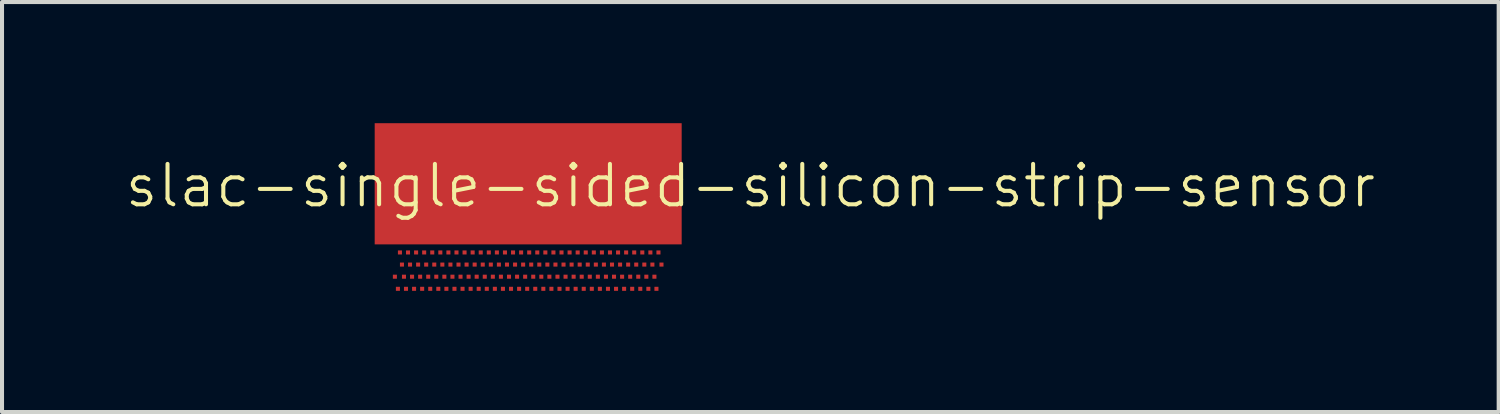
<source format=kicad_pcb>
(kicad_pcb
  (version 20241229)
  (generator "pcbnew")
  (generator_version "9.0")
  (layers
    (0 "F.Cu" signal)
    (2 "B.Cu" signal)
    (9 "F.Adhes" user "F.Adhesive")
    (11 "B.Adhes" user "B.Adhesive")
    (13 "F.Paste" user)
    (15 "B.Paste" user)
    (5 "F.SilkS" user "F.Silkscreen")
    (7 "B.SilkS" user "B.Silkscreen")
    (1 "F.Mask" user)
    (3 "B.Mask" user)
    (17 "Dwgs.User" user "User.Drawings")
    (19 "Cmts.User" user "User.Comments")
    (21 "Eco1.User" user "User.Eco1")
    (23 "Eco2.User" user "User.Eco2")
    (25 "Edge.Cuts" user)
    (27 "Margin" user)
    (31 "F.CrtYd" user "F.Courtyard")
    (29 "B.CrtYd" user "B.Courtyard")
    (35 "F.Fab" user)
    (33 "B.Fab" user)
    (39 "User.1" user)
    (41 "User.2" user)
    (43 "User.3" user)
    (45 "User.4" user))
  (footprint "slac-single-sided-silicon-strip-sensor"
    (layer "F.Cu")
    (at 10.026 1.5)
    (property "Reference" "slac-single-sided-silicon-strip-sensor" (at 5.5 0.05 0) (unlocked yes) (layer "F.SilkS") (effects (font (size 1 1) (thickness 0.1))))
    (attr smd)
    (fp_rect (start -3.375 1.322) (end -3.18 1.368) (stroke (width 0.001) (type default)) (fill no) (layer "User.1"))
    (fp_rect (start -3.316 1.195) (end -3.284 1.005) (stroke (width 0.001) (type default)) (fill no) (layer "User.1"))
    (fp_rect (start -3.241 1.195) (end -3.209 1.005) (stroke (width 0.001) (type default)) (fill no) (layer "User.1"))
    (fp_rect (start -3.191 1.195) (end -3.159 1.005) (stroke (width 0.001) (type default)) (fill no) (layer "User.1"))
    (fp_rect (start -3.141 1.195) (end -3.109 1.005) (stroke (width 0.001) (type default)) (fill no) (layer "User.1"))
    (fp_rect (start -3.091 1.195) (end -3.059 1.005) (stroke (width 0.001) (type default)) (fill no) (layer "User.1"))
    (fp_rect (start -3.041 1.195) (end -3.009 1.005) (stroke (width 0.001) (type default)) (fill no) (layer "User.1"))
    (fp_rect (start -2.991 1.195) (end -2.959 1.005) (stroke (width 0.001) (type default)) (fill no) (layer "User.1"))
    (fp_rect (start -2.941 1.195) (end -2.909 1.005) (stroke (width 0.001) (type default)) (fill no) (layer "User.1"))
    (fp_rect (start -2.891 1.195) (end -2.859 1.005) (stroke (width 0.001) (type default)) (fill no) (layer "User.1"))
    (fp_rect (start -2.841 1.195) (end -2.809 1.005) (stroke (width 0.001) (type default)) (fill no) (layer "User.1"))
    (fp_rect (start -2.791 1.195) (end -2.759 1.005) (stroke (width 0.001) (type default)) (fill no) (layer "User.1"))
    (fp_rect (start -2.741 1.195) (end -2.709 1.005) (stroke (width 0.001) (type default)) (fill no) (layer "User.1"))
    (fp_rect (start -2.691 1.195) (end -2.659 1.005) (stroke (width 0.001) (type default)) (fill no) (layer "User.1"))
    (fp_rect (start -2.641 1.195) (end -2.609 1.005) (stroke (width 0.001) (type default)) (fill no) (layer "User.1"))
    (fp_rect (start -2.591 1.195) (end -2.559 1.005) (stroke (width 0.001) (type default)) (fill no) (layer "User.1"))
    (fp_rect (start -2.541 1.195) (end -2.509 1.005) (stroke (width 0.001) (type default)) (fill no) (layer "User.1"))
    (fp_rect (start -2.491 1.195) (end -2.459 1.005) (stroke (width 0.001) (type default)) (fill no) (layer "User.1"))
    (fp_rect (start -2.441 1.195) (end -2.409 1.005) (stroke (width 0.001) (type default)) (fill no) (layer "User.1"))
    (fp_rect (start -2.391 1.195) (end -2.359 1.005) (stroke (width 0.001) (type default)) (fill no) (layer "User.1"))
    (fp_rect (start -2.341 1.195) (end -2.309 1.005) (stroke (width 0.001) (type default)) (fill no) (layer "User.1"))
    (fp_rect (start -2.291 1.195) (end -2.259 1.005) (stroke (width 0.001) (type default)) (fill no) (layer "User.1"))
    (fp_rect (start -2.241 1.195) (end -2.209 1.005) (stroke (width 0.001) (type default)) (fill no) (layer "User.1"))
    (fp_rect (start -2.191 1.195) (end -2.159 1.005) (stroke (width 0.001) (type default)) (fill no) (layer "User.1"))
    (fp_rect (start -2.141 1.195) (end -2.109 1.005) (stroke (width 0.001) (type default)) (fill no) (layer "User.1"))
    (fp_rect (start -2.091 1.195) (end -2.059 1.005) (stroke (width 0.001) (type default)) (fill no) (layer "User.1"))
    (fp_rect (start -2.041 1.195) (end -2.009 1.005) (stroke (width 0.001) (type default)) (fill no) (layer "User.1"))
    (fp_rect (start -1.991 1.195) (end -1.959 1.005) (stroke (width 0.001) (type default)) (fill no) (layer "User.1"))
    (fp_rect (start -1.941 1.195) (end -1.909 1.005) (stroke (width 0.001) (type default)) (fill no) (layer "User.1"))
    (fp_rect (start -1.891 1.195) (end -1.859 1.005) (stroke (width 0.001) (type default)) (fill no) (layer "User.1"))
    (fp_rect (start -1.841 1.195) (end -1.809 1.005) (stroke (width 0.001) (type default)) (fill no) (layer "User.1"))
    (fp_rect (start -1.791 1.195) (end -1.759 1.005) (stroke (width 0.001) (type default)) (fill no) (layer "User.1"))
    (fp_rect (start -1.741 1.195) (end -1.709 1.005) (stroke (width 0.001) (type default)) (fill no) (layer "User.1"))
    (fp_rect (start -1.691 1.195) (end -1.659 1.005) (stroke (width 0.001) (type default)) (fill no) (layer "User.1"))
    (fp_rect (start -1.641 1.195) (end -1.609 1.005) (stroke (width 0.001) (type default)) (fill no) (layer "User.1"))
    (fp_rect (start -1.591 1.195) (end -1.559 1.005) (stroke (width 0.001) (type default)) (fill no) (layer "User.1"))
    (fp_rect (start -1.541 1.195) (end -1.509 1.005) (stroke (width 0.001) (type default)) (fill no) (layer "User.1"))
    (fp_rect (start -1.491 1.195) (end -1.459 1.005) (stroke (width 0.001) (type default)) (fill no) (layer "User.1"))
    (fp_rect (start -1.441 1.195) (end -1.409 1.005) (stroke (width 0.001) (type default)) (fill no) (layer "User.1"))
    (fp_rect (start -1.391 1.195) (end -1.359 1.005) (stroke (width 0.001) (type default)) (fill no) (layer "User.1"))
    (fp_rect (start -1.341 1.195) (end -1.309 1.005) (stroke (width 0.001) (type default)) (fill no) (layer "User.1"))
    (fp_rect (start -1.291 1.195) (end -1.259 1.005) (stroke (width 0.001) (type default)) (fill no) (layer "User.1"))
    (fp_rect (start -1.241 1.195) (end -1.209 1.005) (stroke (width 0.001) (type default)) (fill no) (layer "User.1"))
    (fp_rect (start -1.191 1.195) (end -1.159 1.005) (stroke (width 0.001) (type default)) (fill no) (layer "User.1"))
    (fp_rect (start -1.141 1.195) (end -1.109 1.005) (stroke (width 0.001) (type default)) (fill no) (layer "User.1"))
    (fp_rect (start -1.091 1.195) (end -1.059 1.005) (stroke (width 0.001) (type default)) (fill no) (layer "User.1"))
    (fp_rect (start -1.041 1.195) (end -1.009 1.005) (stroke (width 0.001) (type default)) (fill no) (layer "User.1"))
    (fp_rect (start -0.991 1.195) (end -0.959 1.005) (stroke (width 0.001) (type default)) (fill no) (layer "User.1"))
    (fp_rect (start -0.941 1.195) (end -0.909 1.005) (stroke (width 0.001) (type default)) (fill no) (layer "User.1"))
    (fp_rect (start -0.891 1.195) (end -0.859 1.005) (stroke (width 0.001) (type default)) (fill no) (layer "User.1"))
    (fp_rect (start -0.841 1.195) (end -0.809 1.005) (stroke (width 0.001) (type default)) (fill no) (layer "User.1"))
    (fp_rect (start -0.791 1.195) (end -0.759 1.005) (stroke (width 0.001) (type default)) (fill no) (layer "User.1"))
    (fp_rect (start -0.741 1.195) (end -0.709 1.005) (stroke (width 0.001) (type default)) (fill no) (layer "User.1"))
    (fp_rect (start -0.691 1.195) (end -0.659 1.005) (stroke (width 0.001) (type default)) (fill no) (layer "User.1"))
    (fp_rect (start -0.641 1.195) (end -0.609 1.005) (stroke (width 0.001) (type default)) (fill no) (layer "User.1"))
    (fp_rect (start -0.591 1.195) (end -0.559 1.005) (stroke (width 0.001) (type default)) (fill no) (layer "User.1"))
    (fp_rect (start -0.541 1.195) (end -0.509 1.005) (stroke (width 0.001) (type default)) (fill no) (layer "User.1"))
    (fp_rect (start -0.491 1.195) (end -0.459 1.005) (stroke (width 0.001) (type default)) (fill no) (layer "User.1"))
    (fp_rect (start -0.441 1.195) (end -0.409 1.005) (stroke (width 0.001) (type default)) (fill no) (layer "User.1"))
    (fp_rect (start -0.391 1.195) (end -0.359 1.005) (stroke (width 0.001) (type default)) (fill no) (layer "User.1"))
    (fp_rect (start -0.341 1.195) (end -0.309 1.005) (stroke (width 0.001) (type default)) (fill no) (layer "User.1"))
    (fp_rect (start -0.291 1.195) (end -0.259 1.005) (stroke (width 0.001) (type default)) (fill no) (layer "User.1"))
    (fp_rect (start -0.241 1.195) (end -0.209 1.005) (stroke (width 0.001) (type default)) (fill no) (layer "User.1"))
    (fp_rect (start -0.191 1.195) (end -0.159 1.005) (stroke (width 0.001) (type default)) (fill no) (layer "User.1"))
    (fp_rect (start -0.141 1.195) (end -0.109 1.005) (stroke (width 0.001) (type default)) (fill no) (layer "User.1"))
    (fp_rect (start -0.091 1.195) (end -0.059 1.005) (stroke (width 0.001) (type default)) (fill no) (layer "User.1"))
    (fp_rect (start -0.041 1.195) (end -0.009 1.005) (stroke (width 0.001) (type default)) (fill no) (layer "User.1"))
    (fp_rect (start 0.009 1.195) (end 0.041 1.005) (stroke (width 0.001) (type default)) (fill no) (layer "User.1"))
    (fp_rect (start 0.059 1.195) (end 0.091 1.005) (stroke (width 0.001) (type default)) (fill no) (layer "User.1"))
    (fp_rect (start 0.109 1.195) (end 0.141 1.005) (stroke (width 0.001) (type default)) (fill no) (layer "User.1"))
    (fp_rect (start 0.159 1.195) (end 0.191 1.005) (stroke (width 0.001) (type default)) (fill no) (layer "User.1"))
    (fp_rect (start 0.209 1.195) (end 0.241 1.005) (stroke (width 0.001) (type default)) (fill no) (layer "User.1"))
    (fp_rect (start 0.259 1.195) (end 0.291 1.005) (stroke (width 0.001) (type default)) (fill no) (layer "User.1"))
    (fp_rect (start 0.309 1.195) (end 0.341 1.005) (stroke (width 0.001) (type default)) (fill no) (layer "User.1"))
    (fp_rect (start 0.359 1.195) (end 0.391 1.005) (stroke (width 0.001) (type default)) (fill no) (layer "User.1"))
    (fp_rect (start 0.409 1.195) (end 0.441 1.005) (stroke (width 0.001) (type default)) (fill no) (layer "User.1"))
    (fp_rect (start 0.459 1.195) (end 0.491 1.005) (stroke (width 0.001) (type default)) (fill no) (layer "User.1"))
    (fp_rect (start 0.509 1.195) (end 0.541 1.005) (stroke (width 0.001) (type default)) (fill no) (layer "User.1"))
    (fp_rect (start 0.559 1.195) (end 0.591 1.005) (stroke (width 0.001) (type default)) (fill no) (layer "User.1"))
    (fp_rect (start 0.609 1.195) (end 0.641 1.005) (stroke (width 0.001) (type default)) (fill no) (layer "User.1"))
    (fp_rect (start 0.659 1.195) (end 0.691 1.005) (stroke (width 0.001) (type default)) (fill no) (layer "User.1"))
    (fp_rect (start 0.709 1.195) (end 0.741 1.005) (stroke (width 0.001) (type default)) (fill no) (layer "User.1"))
    (fp_rect (start 0.759 1.195) (end 0.791 1.005) (stroke (width 0.001) (type default)) (fill no) (layer "User.1"))
    (fp_rect (start 0.809 1.195) (end 0.841 1.005) (stroke (width 0.001) (type default)) (fill no) (layer "User.1"))
    (fp_rect (start 0.859 1.195) (end 0.891 1.005) (stroke (width 0.001) (type default)) (fill no) (layer "User.1"))
    (fp_rect (start 0.909 1.195) (end 0.941 1.005) (stroke (width 0.001) (type default)) (fill no) (layer "User.1"))
    (fp_rect (start 0.959 1.195) (end 0.991 1.005) (stroke (width 0.001) (type default)) (fill no) (layer "User.1"))
    (fp_rect (start 1.009 1.195) (end 1.041 1.005) (stroke (width 0.001) (type default)) (fill no) (layer "User.1"))
    (fp_rect (start 1.059 1.195) (end 1.091 1.005) (stroke (width 0.001) (type default)) (fill no) (layer "User.1"))
    (fp_rect (start 1.109 1.195) (end 1.141 1.005) (stroke (width 0.001) (type default)) (fill no) (layer "User.1"))
    (fp_rect (start 1.159 1.195) (end 1.191 1.005) (stroke (width 0.001) (type default)) (fill no) (layer "User.1"))
    (fp_rect (start 1.209 1.195) (end 1.241 1.005) (stroke (width 0.001) (type default)) (fill no) (layer "User.1"))
    (fp_rect (start 1.259 1.195) (end 1.291 1.005) (stroke (width 0.001) (type default)) (fill no) (layer "User.1"))
    (fp_rect (start 1.309 1.195) (end 1.341 1.005) (stroke (width 0.001) (type default)) (fill no) (layer "User.1"))
    (fp_rect (start 1.359 1.195) (end 1.391 1.005) (stroke (width 0.001) (type default)) (fill no) (layer "User.1"))
    (fp_rect (start 1.409 1.195) (end 1.441 1.005) (stroke (width 0.001) (type default)) (fill no) (layer "User.1"))
    (fp_rect (start 1.459 1.195) (end 1.491 1.005) (stroke (width 0.001) (type default)) (fill no) (layer "User.1"))
    (fp_rect (start 1.509 1.195) (end 1.541 1.005) (stroke (width 0.001) (type default)) (fill no) (layer "User.1"))
    (fp_rect (start 1.559 1.195) (end 1.591 1.005) (stroke (width 0.001) (type default)) (fill no) (layer "User.1"))
    (fp_rect (start 1.609 1.195) (end 1.641 1.005) (stroke (width 0.001) (type default)) (fill no) (layer "User.1"))
    (fp_rect (start 1.659 1.195) (end 1.691 1.005) (stroke (width 0.001) (type default)) (fill no) (layer "User.1"))
    (fp_rect (start 1.709 1.195) (end 1.741 1.005) (stroke (width 0.001) (type default)) (fill no) (layer "User.1"))
    (fp_rect (start 1.759 1.195) (end 1.791 1.005) (stroke (width 0.001) (type default)) (fill no) (layer "User.1"))
    (fp_rect (start 1.809 1.195) (end 1.841 1.005) (stroke (width 0.001) (type default)) (fill no) (layer "User.1"))
    (fp_rect (start 1.859 1.195) (end 1.891 1.005) (stroke (width 0.001) (type default)) (fill no) (layer "User.1"))
    (fp_rect (start 1.909 1.195) (end 1.941 1.005) (stroke (width 0.001) (type default)) (fill no) (layer "User.1"))
    (fp_rect (start 1.959 1.195) (end 1.991 1.005) (stroke (width 0.001) (type default)) (fill no) (layer "User.1"))
    (fp_rect (start 2.009 1.195) (end 2.041 1.005) (stroke (width 0.001) (type default)) (fill no) (layer "User.1"))
    (fp_rect (start 2.059 1.195) (end 2.091 1.005) (stroke (width 0.001) (type default)) (fill no) (layer "User.1"))
    (fp_rect (start 2.109 1.195) (end 2.141 1.005) (stroke (width 0.001) (type default)) (fill no) (layer "User.1"))
    (fp_rect (start 2.159 1.195) (end 2.191 1.005) (stroke (width 0.001) (type default)) (fill no) (layer "User.1"))
    (fp_rect (start 2.209 1.195) (end 2.241 1.005) (stroke (width 0.001) (type default)) (fill no) (layer "User.1"))
    (fp_rect (start 2.259 1.195) (end 2.291 1.005) (stroke (width 0.001) (type default)) (fill no) (layer "User.1"))
    (fp_rect (start 2.309 1.195) (end 2.341 1.005) (stroke (width 0.001) (type default)) (fill no) (layer "User.1"))
    (fp_rect (start 2.359 1.195) (end 2.391 1.005) (stroke (width 0.001) (type default)) (fill no) (layer "User.1"))
    (fp_rect (start 2.409 1.195) (end 2.441 1.005) (stroke (width 0.001) (type default)) (fill no) (layer "User.1"))
    (fp_rect (start 2.459 1.195) (end 2.491 1.005) (stroke (width 0.001) (type default)) (fill no) (layer "User.1"))
    (fp_rect (start 2.509 1.195) (end 2.541 1.005) (stroke (width 0.001) (type default)) (fill no) (layer "User.1"))
    (fp_rect (start 2.559 1.195) (end 2.591 1.005) (stroke (width 0.001) (type default)) (fill no) (layer "User.1"))
    (fp_rect (start 2.609 1.195) (end 2.641 1.005) (stroke (width 0.001) (type default)) (fill no) (layer "User.1"))
    (fp_rect (start 2.659 1.195) (end 2.691 1.005) (stroke (width 0.001) (type default)) (fill no) (layer "User.1"))
    (fp_rect (start 2.709 1.195) (end 2.741 1.005) (stroke (width 0.001) (type default)) (fill no) (layer "User.1"))
    (fp_rect (start 2.759 1.195) (end 2.791 1.005) (stroke (width 0.001) (type default)) (fill no) (layer "User.1"))
    (fp_rect (start 2.809 1.195) (end 2.841 1.005) (stroke (width 0.001) (type default)) (fill no) (layer "User.1"))
    (fp_rect (start 2.859 1.195) (end 2.891 1.005) (stroke (width 0.001) (type default)) (fill no) (layer "User.1"))
    (fp_rect (start 2.909 1.195) (end 2.941 1.005) (stroke (width 0.001) (type default)) (fill no) (layer "User.1"))
    (fp_rect (start 2.959 1.195) (end 2.991 1.005) (stroke (width 0.001) (type default)) (fill no) (layer "User.1"))
    (fp_rect (start 3.009 1.195) (end 3.041 1.005) (stroke (width 0.001) (type default)) (fill no) (layer "User.1"))
    (fp_rect (start 3.059 1.195) (end 3.091 1.005) (stroke (width 0.001) (type default)) (fill no) (layer "User.1"))
    (fp_rect (start 3.109 1.195) (end 3.141 1.005) (stroke (width 0.001) (type default)) (fill no) (layer "User.1"))
    (fp_rect (start 3.159 1.195) (end 3.191 1.005) (stroke (width 0.001) (type default)) (fill no) (layer "User.1"))
    (fp_rect (start 3.18 1.322) (end 3.375 1.368) (stroke (width 0.001) (type default)) (fill no) (layer "User.1"))
    (fp_rect (start 3.209 1.195) (end 3.241 1.005) (stroke (width 0.001) (type default)) (fill no) (layer "User.1"))
    (fp_rect (start 3.284 1.195) (end 3.316 1.005) (stroke (width 0.001) (type default)) (fill no) (layer "User.1"))
    (fp_rect (start -3.243 -1) (end -3.207 1) (stroke (width 0.001) (type default)) (fill no) (layer "User.2"))
    (fp_rect (start -3.193 -1) (end -3.157 1) (stroke (width 0.001) (type default)) (fill no) (layer "User.2"))
    (fp_rect (start -3.143 -1) (end -3.107 1) (stroke (width 0.001) (type default)) (fill no) (layer "User.2"))
    (fp_rect (start -3.093 -1) (end -3.057 1) (stroke (width 0.001) (type default)) (fill no) (layer "User.2"))
    (fp_rect (start -3.043 -1) (end -3.007 1) (stroke (width 0.001) (type default)) (fill no) (layer "User.2"))
    (fp_rect (start -2.993 -1) (end -2.957 1) (stroke (width 0.001) (type default)) (fill no) (layer "User.2"))
    (fp_rect (start -2.943 -1) (end -2.907 1) (stroke (width 0.001) (type default)) (fill no) (layer "User.2"))
    (fp_rect (start -2.893 -1) (end -2.857 1) (stroke (width 0.001) (type default)) (fill no) (layer "User.2"))
    (fp_rect (start -2.843 -1) (end -2.807 1) (stroke (width 0.001) (type default)) (fill no) (layer "User.2"))
    (fp_rect (start -2.793 -1) (end -2.757 1) (stroke (width 0.001) (type default)) (fill no) (layer "User.2"))
    (fp_rect (start -2.743 -1) (end -2.707 1) (stroke (width 0.001) (type default)) (fill no) (layer "User.2"))
    (fp_rect (start -2.693 -1) (end -2.657 1) (stroke (width 0.001) (type default)) (fill no) (layer "User.2"))
    (fp_rect (start -2.643 -1) (end -2.607 1) (stroke (width 0.001) (type default)) (fill no) (layer "User.2"))
    (fp_rect (start -2.593 -1) (end -2.557 1) (stroke (width 0.001) (type default)) (fill no) (layer "User.2"))
    (fp_rect (start -2.543 -1) (end -2.507 1) (stroke (width 0.001) (type default)) (fill no) (layer "User.2"))
    (fp_rect (start -2.493 -1) (end -2.457 1) (stroke (width 0.001) (type default)) (fill no) (layer "User.2"))
    (fp_rect (start -2.443 -1) (end -2.407 1) (stroke (width 0.001) (type default)) (fill no) (layer "User.2"))
    (fp_rect (start -2.393 -1) (end -2.357 1) (stroke (width 0.001) (type default)) (fill no) (layer "User.2"))
    (fp_rect (start -2.343 -1) (end -2.307 1) (stroke (width 0.001) (type default)) (fill no) (layer "User.2"))
    (fp_rect (start -2.293 -1) (end -2.257 1) (stroke (width 0.001) (type default)) (fill no) (layer "User.2"))
    (fp_rect (start -2.243 -1) (end -2.207 1) (stroke (width 0.001) (type default)) (fill no) (layer "User.2"))
    (fp_rect (start -2.193 -1) (end -2.157 1) (stroke (width 0.001) (type default)) (fill no) (layer "User.2"))
    (fp_rect (start -2.143 -1) (end -2.107 1) (stroke (width 0.001) (type default)) (fill no) (layer "User.2"))
    (fp_rect (start -2.093 -1) (end -2.057 1) (stroke (width 0.001) (type default)) (fill no) (layer "User.2"))
    (fp_rect (start -2.043 -1) (end -2.007 1) (stroke (width 0.001) (type default)) (fill no) (layer "User.2"))
    (fp_rect (start -1.993 -1) (end -1.957 1) (stroke (width 0.001) (type default)) (fill no) (layer "User.2"))
    (fp_rect (start -1.943 -1) (end -1.907 1) (stroke (width 0.001) (type default)) (fill no) (layer "User.2"))
    (fp_rect (start -1.893 -1) (end -1.857 1) (stroke (width 0.001) (type default)) (fill no) (layer "User.2"))
    (fp_rect (start -1.843 -1) (end -1.807 1) (stroke (width 0.001) (type default)) (fill no) (layer "User.2"))
    (fp_rect (start -1.793 -1) (end -1.757 1) (stroke (width 0.001) (type default)) (fill no) (layer "User.2"))
    (fp_rect (start -1.743 -1) (end -1.707 1) (stroke (width 0.001) (type default)) (fill no) (layer "User.2"))
    (fp_rect (start -1.693 -1) (end -1.657 1) (stroke (width 0.001) (type default)) (fill no) (layer "User.2"))
    (fp_rect (start -1.643 -1) (end -1.607 1) (stroke (width 0.001) (type default)) (fill no) (layer "User.2"))
    (fp_rect (start -1.593 -1) (end -1.557 1) (stroke (width 0.001) (type default)) (fill no) (layer "User.2"))
    (fp_rect (start -1.543 -1) (end -1.507 1) (stroke (width 0.001) (type default)) (fill no) (layer "User.2"))
    (fp_rect (start -1.493 -1) (end -1.457 1) (stroke (width 0.001) (type default)) (fill no) (layer "User.2"))
    (fp_rect (start -1.443 -1) (end -1.407 1) (stroke (width 0.001) (type default)) (fill no) (layer "User.2"))
    (fp_rect (start -1.393 -1) (end -1.357 1) (stroke (width 0.001) (type default)) (fill no) (layer "User.2"))
    (fp_rect (start -1.343 -1) (end -1.307 1) (stroke (width 0.001) (type default)) (fill no) (layer "User.2"))
    (fp_rect (start -1.293 -1) (end -1.257 1) (stroke (width 0.001) (type default)) (fill no) (layer "User.2"))
    (fp_rect (start -1.243 -1) (end -1.207 1) (stroke (width 0.001) (type default)) (fill no) (layer "User.2"))
    (fp_rect (start -1.193 -1) (end -1.157 1) (stroke (width 0.001) (type default)) (fill no) (layer "User.2"))
    (fp_rect (start -1.143 -1) (end -1.107 1) (stroke (width 0.001) (type default)) (fill no) (layer "User.2"))
    (fp_rect (start -1.093 -1) (end -1.057 1) (stroke (width 0.001) (type default)) (fill no) (layer "User.2"))
    (fp_rect (start -1.043 -1) (end -1.007 1) (stroke (width 0.001) (type default)) (fill no) (layer "User.2"))
    (fp_rect (start -0.993 -1) (end -0.957 1) (stroke (width 0.001) (type default)) (fill no) (layer "User.2"))
    (fp_rect (start -0.943 -1) (end -0.907 1) (stroke (width 0.001) (type default)) (fill no) (layer "User.2"))
    (fp_rect (start -0.893 -1) (end -0.857 1) (stroke (width 0.001) (type default)) (fill no) (layer "User.2"))
    (fp_rect (start -0.843 -1) (end -0.807 1) (stroke (width 0.001) (type default)) (fill no) (layer "User.2"))
    (fp_rect (start -0.793 -1) (end -0.757 1) (stroke (width 0.001) (type default)) (fill no) (layer "User.2"))
    (fp_rect (start -0.743 -1) (end -0.707 1) (stroke (width 0.001) (type default)) (fill no) (layer "User.2"))
    (fp_rect (start -0.693 -1) (end -0.657 1) (stroke (width 0.001) (type default)) (fill no) (layer "User.2"))
    (fp_rect (start -0.643 -1) (end -0.607 1) (stroke (width 0.001) (type default)) (fill no) (layer "User.2"))
    (fp_rect (start -0.593 -1) (end -0.557 1) (stroke (width 0.001) (type default)) (fill no) (layer "User.2"))
    (fp_rect (start -0.543 -1) (end -0.507 1) (stroke (width 0.001) (type default)) (fill no) (layer "User.2"))
    (fp_rect (start -0.493 -1) (end -0.457 1) (stroke (width 0.001) (type default)) (fill no) (layer "User.2"))
    (fp_rect (start -0.443 -1) (end -0.407 1) (stroke (width 0.001) (type default)) (fill no) (layer "User.2"))
    (fp_rect (start -0.393 -1) (end -0.357 1) (stroke (width 0.001) (type default)) (fill no) (layer "User.2"))
    (fp_rect (start -0.343 -1) (end -0.307 1) (stroke (width 0.001) (type default)) (fill no) (layer "User.2"))
    (fp_rect (start -0.293 -1) (end -0.257 1) (stroke (width 0.001) (type default)) (fill no) (layer "User.2"))
    (fp_rect (start -0.243 -1) (end -0.207 1) (stroke (width 0.001) (type default)) (fill no) (layer "User.2"))
    (fp_rect (start -0.193 -1) (end -0.157 1) (stroke (width 0.001) (type default)) (fill no) (layer "User.2"))
    (fp_rect (start -0.143 -1) (end -0.107 1) (stroke (width 0.001) (type default)) (fill no) (layer "User.2"))
    (fp_rect (start -0.093 -1) (end -0.057 1) (stroke (width 0.001) (type default)) (fill no) (layer "User.2"))
    (fp_rect (start -0.043 -1) (end -0.007 1) (stroke (width 0.001) (type default)) (fill no) (layer "User.2"))
    (fp_rect (start 0.007 -1) (end 0.043 1) (stroke (width 0.001) (type default)) (fill no) (layer "User.2"))
    (fp_rect (start 0.057 -1) (end 0.093 1) (stroke (width 0.001) (type default)) (fill no) (layer "User.2"))
    (fp_rect (start 0.107 -1) (end 0.143 1) (stroke (width 0.001) (type default)) (fill no) (layer "User.2"))
    (fp_rect (start 0.157 -1) (end 0.193 1) (stroke (width 0.001) (type default)) (fill no) (layer "User.2"))
    (fp_rect (start 0.207 -1) (end 0.243 1) (stroke (width 0.001) (type default)) (fill no) (layer "User.2"))
    (fp_rect (start 0.257 -1) (end 0.293 1) (stroke (width 0.001) (type default)) (fill no) (layer "User.2"))
    (fp_rect (start 0.307 -1) (end 0.343 1) (stroke (width 0.001) (type default)) (fill no) (layer "User.2"))
    (fp_rect (start 0.357 -1) (end 0.393 1) (stroke (width 0.001) (type default)) (fill no) (layer "User.2"))
    (fp_rect (start 0.407 -1) (end 0.443 1) (stroke (width 0.001) (type default)) (fill no) (layer "User.2"))
    (fp_rect (start 0.457 -1) (end 0.493 1) (stroke (width 0.001) (type default)) (fill no) (layer "User.2"))
    (fp_rect (start 0.507 -1) (end 0.543 1) (stroke (width 0.001) (type default)) (fill no) (layer "User.2"))
    (fp_rect (start 0.557 -1) (end 0.593 1) (stroke (width 0.001) (type default)) (fill no) (layer "User.2"))
    (fp_rect (start 0.607 -1) (end 0.643 1) (stroke (width 0.001) (type default)) (fill no) (layer "User.2"))
    (fp_rect (start 0.657 -1) (end 0.693 1) (stroke (width 0.001) (type default)) (fill no) (layer "User.2"))
    (fp_rect (start 0.707 -1) (end 0.743 1) (stroke (width 0.001) (type default)) (fill no) (layer "User.2"))
    (fp_rect (start 0.757 -1) (end 0.793 1) (stroke (width 0.001) (type default)) (fill no) (layer "User.2"))
    (fp_rect (start 0.807 -1) (end 0.843 1) (stroke (width 0.001) (type default)) (fill no) (layer "User.2"))
    (fp_rect (start 0.857 -1) (end 0.893 1) (stroke (width 0.001) (type default)) (fill no) (layer "User.2"))
    (fp_rect (start 0.907 -1) (end 0.943 1) (stroke (width 0.001) (type default)) (fill no) (layer "User.2"))
    (fp_rect (start 0.957 -1) (end 0.993 1) (stroke (width 0.001) (type default)) (fill no) (layer "User.2"))
    (fp_rect (start 1.007 -1) (end 1.043 1) (stroke (width 0.001) (type default)) (fill no) (layer "User.2"))
    (fp_rect (start 1.057 -1) (end 1.093 1) (stroke (width 0.001) (type default)) (fill no) (layer "User.2"))
    (fp_rect (start 1.107 -1) (end 1.143 1) (stroke (width 0.001) (type default)) (fill no) (layer "User.2"))
    (fp_rect (start 1.157 -1) (end 1.193 1) (stroke (width 0.001) (type default)) (fill no) (layer "User.2"))
    (fp_rect (start 1.207 -1) (end 1.243 1) (stroke (width 0.001) (type default)) (fill no) (layer "User.2"))
    (fp_rect (start 1.257 -1) (end 1.293 1) (stroke (width 0.001) (type default)) (fill no) (layer "User.2"))
    (fp_rect (start 1.307 -1) (end 1.343 1) (stroke (width 0.001) (type default)) (fill no) (layer "User.2"))
    (fp_rect (start 1.357 -1) (end 1.393 1) (stroke (width 0.001) (type default)) (fill no) (layer "User.2"))
    (fp_rect (start 1.407 -1) (end 1.443 1) (stroke (width 0.001) (type default)) (fill no) (layer "User.2"))
    (fp_rect (start 1.457 -1) (end 1.493 1) (stroke (width 0.001) (type default)) (fill no) (layer "User.2"))
    (fp_rect (start 1.507 -1) (end 1.543 1) (stroke (width 0.001) (type default)) (fill no) (layer "User.2"))
    (fp_rect (start 1.557 -1) (end 1.593 1) (stroke (width 0.001) (type default)) (fill no) (layer "User.2"))
    (fp_rect (start 1.607 -1) (end 1.643 1) (stroke (width 0.001) (type default)) (fill no) (layer "User.2"))
    (fp_rect (start 1.657 -1) (end 1.693 1) (stroke (width 0.001) (type default)) (fill no) (layer "User.2"))
    (fp_rect (start 1.707 -1) (end 1.743 1) (stroke (width 0.001) (type default)) (fill no) (layer "User.2"))
    (fp_rect (start 1.757 -1) (end 1.793 1) (stroke (width 0.001) (type default)) (fill no) (layer "User.2"))
    (fp_rect (start 1.807 -1) (end 1.843 1) (stroke (width 0.001) (type default)) (fill no) (layer "User.2"))
    (fp_rect (start 1.857 -1) (end 1.893 1) (stroke (width 0.001) (type default)) (fill no) (layer "User.2"))
    (fp_rect (start 1.907 -1) (end 1.943 1) (stroke (width 0.001) (type default)) (fill no) (layer "User.2"))
    (fp_rect (start 1.957 -1) (end 1.993 1) (stroke (width 0.001) (type default)) (fill no) (layer "User.2"))
    (fp_rect (start 2.007 -1) (end 2.043 1) (stroke (width 0.001) (type default)) (fill no) (layer "User.2"))
    (fp_rect (start 2.057 -1) (end 2.093 1) (stroke (width 0.001) (type default)) (fill no) (layer "User.2"))
    (fp_rect (start 2.107 -1) (end 2.143 1) (stroke (width 0.001) (type default)) (fill no) (layer "User.2"))
    (fp_rect (start 2.157 -1) (end 2.193 1) (stroke (width 0.001) (type default)) (fill no) (layer "User.2"))
    (fp_rect (start 2.207 -1) (end 2.243 1) (stroke (width 0.001) (type default)) (fill no) (layer "User.2"))
    (fp_rect (start 2.257 -1) (end 2.293 1) (stroke (width 0.001) (type default)) (fill no) (layer "User.2"))
    (fp_rect (start 2.307 -1) (end 2.343 1) (stroke (width 0.001) (type default)) (fill no) (layer "User.2"))
    (fp_rect (start 2.357 -1) (end 2.393 1) (stroke (width 0.001) (type default)) (fill no) (layer "User.2"))
    (fp_rect (start 2.407 -1) (end 2.443 1) (stroke (width 0.001) (type default)) (fill no) (layer "User.2"))
    (fp_rect (start 2.457 -1) (end 2.493 1) (stroke (width 0.001) (type default)) (fill no) (layer "User.2"))
    (fp_rect (start 2.507 -1) (end 2.543 1) (stroke (width 0.001) (type default)) (fill no) (layer "User.2"))
    (fp_rect (start 2.557 -1) (end 2.593 1) (stroke (width 0.001) (type default)) (fill no) (layer "User.2"))
    (fp_rect (start 2.607 -1) (end 2.643 1) (stroke (width 0.001) (type default)) (fill no) (layer "User.2"))
    (fp_rect (start 2.657 -1) (end 2.693 1) (stroke (width 0.001) (type default)) (fill no) (layer "User.2"))
    (fp_rect (start 2.707 -1) (end 2.743 1) (stroke (width 0.001) (type default)) (fill no) (layer "User.2"))
    (fp_rect (start 2.757 -1) (end 2.793 1) (stroke (width 0.001) (type default)) (fill no) (layer "User.2"))
    (fp_rect (start 2.807 -1) (end 2.843 1) (stroke (width 0.001) (type default)) (fill no) (layer "User.2"))
    (fp_rect (start 2.857 -1) (end 2.893 1) (stroke (width 0.001) (type default)) (fill no) (layer "User.2"))
    (fp_rect (start 2.907 -1) (end 2.943 1) (stroke (width 0.001) (type default)) (fill no) (layer "User.2"))
    (fp_rect (start 2.957 -1) (end 2.993 1) (stroke (width 0.001) (type default)) (fill no) (layer "User.2"))
    (fp_rect (start 3.007 -1) (end 3.043 1) (stroke (width 0.001) (type default)) (fill no) (layer "User.2"))
    (fp_rect (start 3.057 -1) (end 3.093 1) (stroke (width 0.001) (type default)) (fill no) (layer "User.2"))
    (fp_rect (start 3.107 -1) (end 3.143 1) (stroke (width 0.001) (type default)) (fill no) (layer "User.2"))
    (fp_rect (start 3.157 -1) (end 3.193 1) (stroke (width 0.001) (type default)) (fill no) (layer "User.2"))
    (fp_rect (start 3.207 -1) (end 3.243 1) (stroke (width 0.001) (type default)) (fill no) (layer "User.2"))
    (fp_rect (start -3.241 -1) (end 3.241 1) (stroke (width 0.001) (type default)) (fill no) (layer "User.3"))
    (fp_line (start -3.725 1.35) (end -3.275 1.35) (stroke (width 0.001) (type default)) (layer "User.4"))
    (fp_line (start -3.3 1.1) (end -3.3 2.3) (stroke (width 0.001) (type default)) (layer "User.4"))
    (fp_line (start -3.225 1.15) (end -3.225 2.6) (stroke (width 0.001) (type default)) (layer "User.4"))
    (fp_line (start -3.175 1.05) (end -3.175 1.7) (stroke (width 0.001) (type default)) (layer "User.4"))
    (fp_line (start -3.125 1.15) (end -3.125 2) (stroke (width 0.001) (type default)) (layer "User.4"))
    (fp_line (start -3.075 1.05) (end -3.075 2.3) (stroke (width 0.001) (type default)) (layer "User.4"))
    (fp_line (start -3.025 1.15) (end -3.025 2.6) (stroke (width 0.001) (type default)) (layer "User.4"))
    (fp_line (start -2.975 1.05) (end -2.975 1.7) (stroke (width 0.001) (type default)) (layer "User.4"))
    (fp_line (start -2.925 1.15) (end -2.925 2) (stroke (width 0.001) (type default)) (layer "User.4"))
    (fp_line (start -2.875 1.05) (end -2.875 2.3) (stroke (width 0.001) (type default)) (layer "User.4"))
    (fp_line (start -2.825 1.15) (end -2.825 2.6) (stroke (width 0.001) (type default)) (layer "User.4"))
    (fp_line (start -2.775 1.05) (end -2.775 1.7) (stroke (width 0.001) (type default)) (layer "User.4"))
    (fp_line (start -2.725 1.15) (end -2.725 2) (stroke (width 0.001) (type default)) (layer "User.4"))
    (fp_line (start -2.675 1.05) (end -2.675 2.3) (stroke (width 0.001) (type default)) (layer "User.4"))
    (fp_line (start -2.625 1.15) (end -2.625 2.6) (stroke (width 0.001) (type default)) (layer "User.4"))
    (fp_line (start -2.575 1.05) (end -2.575 1.7) (stroke (width 0.001) (type default)) (layer "User.4"))
    (fp_line (start -2.525 1.15) (end -2.525 2) (stroke (width 0.001) (type default)) (layer "User.4"))
    (fp_line (start -2.475 1.05) (end -2.475 2.3) (stroke (width 0.001) (type default)) (layer "User.4"))
    (fp_line (start -2.425 1.15) (end -2.425 2.6) (stroke (width 0.001) (type default)) (layer "User.4"))
    (fp_line (start -2.375 1.05) (end -2.375 1.7) (stroke (width 0.001) (type default)) (layer "User.4"))
    (fp_line (start -2.325 1.15) (end -2.325 2) (stroke (width 0.001) (type default)) (layer "User.4"))
    (fp_line (start -2.275 1.05) (end -2.275 2.3) (stroke (width 0.001) (type default)) (layer "User.4"))
    (fp_line (start -2.225 1.15) (end -2.225 2.6) (stroke (width 0.001) (type default)) (layer "User.4"))
    (fp_line (start -2.175 1.05) (end -2.175 1.7) (stroke (width 0.001) (type default)) (layer "User.4"))
    (fp_line (start -2.125 1.15) (end -2.125 2) (stroke (width 0.001) (type default)) (layer "User.4"))
    (fp_line (start -2.075 1.05) (end -2.075 2.3) (stroke (width 0.001) (type default)) (layer "User.4"))
    (fp_line (start -2.025 1.15) (end -2.025 2.6) (stroke (width 0.001) (type default)) (layer "User.4"))
    (fp_line (start -1.975 1.05) (end -1.975 1.7) (stroke (width 0.001) (type default)) (layer "User.4"))
    (fp_line (start -1.925 1.15) (end -1.925 2) (stroke (width 0.001) (type default)) (layer "User.4"))
    (fp_line (start -1.875 1.05) (end -1.875 2.3) (stroke (width 0.001) (type default)) (layer "User.4"))
    (fp_line (start -1.825 1.15) (end -1.825 2.6) (stroke (width 0.001) (type default)) (layer "User.4"))
    (fp_line (start -1.775 1.05) (end -1.775 1.7) (stroke (width 0.001) (type default)) (layer "User.4"))
    (fp_line (start -1.725 1.15) (end -1.725 2) (stroke (width 0.001) (type default)) (layer "User.4"))
    (fp_line (start -1.675 1.05) (end -1.675 2.3) (stroke (width 0.001) (type default)) (layer "User.4"))
    (fp_line (start -1.625 1.15) (end -1.625 2.6) (stroke (width 0.001) (type default)) (layer "User.4"))
    (fp_line (start -1.575 1.05) (end -1.575 1.7) (stroke (width 0.001) (type default)) (layer "User.4"))
    (fp_line (start -1.525 1.15) (end -1.525 2) (stroke (width 0.001) (type default)) (layer "User.4"))
    (fp_line (start -1.475 1.05) (end -1.475 2.3) (stroke (width 0.001) (type default)) (layer "User.4"))
    (fp_line (start -1.425 1.15) (end -1.425 2.6) (stroke (width 0.001) (type default)) (layer "User.4"))
    (fp_line (start -1.375 1.05) (end -1.375 1.7) (stroke (width 0.001) (type default)) (layer "User.4"))
    (fp_line (start -1.325 1.15) (end -1.325 2) (stroke (width 0.001) (type default)) (layer "User.4"))
    (fp_line (start -1.275 1.05) (end -1.275 2.3) (stroke (width 0.001) (type default)) (layer "User.4"))
    (fp_line (start -1.225 1.15) (end -1.225 2.6) (stroke (width 0.001) (type default)) (layer "User.4"))
    (fp_line (start -1.175 1.05) (end -1.175 1.7) (stroke (width 0.001) (type default)) (layer "User.4"))
    (fp_line (start -1.125 1.15) (end -1.125 2) (stroke (width 0.001) (type default)) (layer "User.4"))
    (fp_line (start -1.075 1.05) (end -1.075 2.3) (stroke (width 0.001) (type default)) (layer "User.4"))
    (fp_line (start -1.025 1.15) (end -1.025 2.6) (stroke (width 0.001) (type default)) (layer "User.4"))
    (fp_line (start -0.975 1.05) (end -0.975 1.7) (stroke (width 0.001) (type default)) (layer "User.4"))
    (fp_line (start -0.925 1.15) (end -0.925 2) (stroke (width 0.001) (type default)) (layer "User.4"))
    (fp_line (start -0.875 1.05) (end -0.875 2.3) (stroke (width 0.001) (type default)) (layer "User.4"))
    (fp_line (start -0.825 1.15) (end -0.825 2.6) (stroke (width 0.001) (type default)) (layer "User.4"))
    (fp_line (start -0.775 1.05) (end -0.775 1.7) (stroke (width 0.001) (type default)) (layer "User.4"))
    (fp_line (start -0.725 1.15) (end -0.725 2) (stroke (width 0.001) (type default)) (layer "User.4"))
    (fp_line (start -0.675 1.05) (end -0.675 2.3) (stroke (width 0.001) (type default)) (layer "User.4"))
    (fp_line (start -0.625 1.15) (end -0.625 2.6) (stroke (width 0.001) (type default)) (layer "User.4"))
    (fp_line (start -0.575 1.05) (end -0.575 1.7) (stroke (width 0.001) (type default)) (layer "User.4"))
    (fp_line (start -0.525 1.15) (end -0.525 2) (stroke (width 0.001) (type default)) (layer "User.4"))
    (fp_line (start -0.475 1.05) (end -0.475 2.3) (stroke (width 0.001) (type default)) (layer "User.4"))
    (fp_line (start -0.425 1.15) (end -0.425 2.6) (stroke (width 0.001) (type default)) (layer "User.4"))
    (fp_line (start -0.375 1.05) (end -0.375 1.7) (stroke (width 0.001) (type default)) (layer "User.4"))
    (fp_line (start -0.325 1.15) (end -0.325 2) (stroke (width 0.001) (type default)) (layer "User.4"))
    (fp_line (start -0.275 1.05) (end -0.275 2.3) (stroke (width 0.001) (type default)) (layer "User.4"))
    (fp_line (start -0.225 1.15) (end -0.225 2.6) (stroke (width 0.001) (type default)) (layer "User.4"))
    (fp_line (start -0.175 1.05) (end -0.175 1.7) (stroke (width 0.001) (type default)) (layer "User.4"))
    (fp_line (start -0.125 1.15) (end -0.125 2) (stroke (width 0.001) (type default)) (layer "User.4"))
    (fp_line (start -0.075 1.05) (end -0.075 2.3) (stroke (width 0.001) (type default)) (layer "User.4"))
    (fp_line (start -0.025 1.15) (end -0.025 2.6) (stroke (width 0.001) (type default)) (layer "User.4"))
    (fp_line (start 0.025 1.05) (end 0.025 1.7) (stroke (width 0.001) (type default)) (layer "User.4"))
    (fp_line (start 0.075 1.15) (end 0.075 2) (stroke (width 0.001) (type default)) (layer "User.4"))
    (fp_line (start 0.125 1.05) (end 0.125 2.3) (stroke (width 0.001) (type default)) (layer "User.4"))
    (fp_line (start 0.175 1.15) (end 0.175 2.6) (stroke (width 0.001) (type default)) (layer "User.4"))
    (fp_line (start 0.225 1.05) (end 0.225 1.7) (stroke (width 0.001) (type default)) (layer "User.4"))
    (fp_line (start 0.275 1.15) (end 0.275 2) (stroke (width 0.001) (type default)) (layer "User.4"))
    (fp_line (start 0.325 1.05) (end 0.325 2.3) (stroke (width 0.001) (type default)) (layer "User.4"))
    (fp_line (start 0.375 1.15) (end 0.375 2.6) (stroke (width 0.001) (type default)) (layer "User.4"))
    (fp_line (start 0.425 1.05) (end 0.425 1.7) (stroke (width 0.001) (type default)) (layer "User.4"))
    (fp_line (start 0.475 1.15) (end 0.475 2) (stroke (width 0.001) (type default)) (layer "User.4"))
    (fp_line (start 0.525 1.05) (end 0.525 2.3) (stroke (width 0.001) (type default)) (layer "User.4"))
    (fp_line (start 0.575 1.15) (end 0.575 2.6) (stroke (width 0.001) (type default)) (layer "User.4"))
    (fp_line (start 0.625 1.05) (end 0.625 1.7) (stroke (width 0.001) (type default)) (layer "User.4"))
    (fp_line (start 0.675 1.15) (end 0.675 2) (stroke (width 0.001) (type default)) (layer "User.4"))
    (fp_line (start 0.725 1.05) (end 0.725 2.3) (stroke (width 0.001) (type default)) (layer "User.4"))
    (fp_line (start 0.775 1.15) (end 0.775 2.6) (stroke (width 0.001) (type default)) (layer "User.4"))
    (fp_line (start 0.825 1.05) (end 0.825 1.7) (stroke (width 0.001) (type default)) (layer "User.4"))
    (fp_line (start 0.875 1.15) (end 0.875 2) (stroke (width 0.001) (type default)) (layer "User.4"))
    (fp_line (start 0.925 1.05) (end 0.925 2.3) (stroke (width 0.001) (type default)) (layer "User.4"))
    (fp_line (start 0.975 1.15) (end 0.975 2.6) (stroke (width 0.001) (type default)) (layer "User.4"))
    (fp_line (start 1.025 1.05) (end 1.025 1.7) (stroke (width 0.001) (type default)) (layer "User.4"))
    (fp_line (start 1.075 1.15) (end 1.075 2) (stroke (width 0.001) (type default)) (layer "User.4"))
    (fp_line (start 1.125 1.05) (end 1.125 2.3) (stroke (width 0.001) (type default)) (layer "User.4"))
    (fp_line (start 1.175 1.15) (end 1.175 2.6) (stroke (width 0.001) (type default)) (layer "User.4"))
    (fp_line (start 1.225 1.05) (end 1.225 1.7) (stroke (width 0.001) (type default)) (layer "User.4"))
    (fp_line (start 1.275 1.15) (end 1.275 2) (stroke (width 0.001) (type default)) (layer "User.4"))
    (fp_line (start 1.325 1.05) (end 1.325 2.3) (stroke (width 0.001) (type default)) (layer "User.4"))
    (fp_line (start 1.375 1.15) (end 1.375 2.6) (stroke (width 0.001) (type default)) (layer "User.4"))
    (fp_line (start 1.425 1.05) (end 1.425 1.7) (stroke (width 0.001) (type default)) (layer "User.4"))
    (fp_line (start 1.475 1.15) (end 1.475 2) (stroke (width 0.001) (type default)) (layer "User.4"))
    (fp_line (start 1.525 1.05) (end 1.525 2.3) (stroke (width 0.001) (type default)) (layer "User.4"))
    (fp_line (start 1.575 1.15) (end 1.575 2.6) (stroke (width 0.001) (type default)) (layer "User.4"))
    (fp_line (start 1.625 1.05) (end 1.625 1.7) (stroke (width 0.001) (type default)) (layer "User.4"))
    (fp_line (start 1.675 1.15) (end 1.675 2) (stroke (width 0.001) (type default)) (layer "User.4"))
    (fp_line (start 1.725 1.05) (end 1.725 2.3) (stroke (width 0.001) (type default)) (layer "User.4"))
    (fp_line (start 1.775 1.15) (end 1.775 2.6) (stroke (width 0.001) (type default)) (layer "User.4"))
    (fp_line (start 1.825 1.05) (end 1.825 1.7) (stroke (width 0.001) (type default)) (layer "User.4"))
    (fp_line (start 1.875 1.15) (end 1.875 2) (stroke (width 0.001) (type default)) (layer "User.4"))
    (fp_line (start 1.925 1.05) (end 1.925 2.3) (stroke (width 0.001) (type default)) (layer "User.4"))
    (fp_line (start 1.975 1.15) (end 1.975 2.6) (stroke (width 0.001) (type default)) (layer "User.4"))
    (fp_line (start 2.025 1.05) (end 2.025 1.7) (stroke (width 0.001) (type default)) (layer "User.4"))
    (fp_line (start 2.075 1.15) (end 2.075 2) (stroke (width 0.001) (type default)) (layer "User.4"))
    (fp_line (start 2.125 1.05) (end 2.125 2.3) (stroke (width 0.001) (type default)) (layer "User.4"))
    (fp_line (start 2.175 1.15) (end 2.175 2.6) (stroke (width 0.001) (type default)) (layer "User.4"))
    (fp_line (start 2.225 1.05) (end 2.225 1.7) (stroke (width 0.001) (type default)) (layer "User.4"))
    (fp_line (start 2.275 1.15) (end 2.275 2) (stroke (width 0.001) (type default)) (layer "User.4"))
    (fp_line (start 2.325 1.05) (end 2.325 2.3) (stroke (width 0.001) (type default)) (layer "User.4"))
    (fp_line (start 2.375 1.15) (end 2.375 2.6) (stroke (width 0.001) (type default)) (layer "User.4"))
    (fp_line (start 2.425 1.05) (end 2.425 1.7) (stroke (width 0.001) (type default)) (layer "User.4"))
    (fp_line (start 2.475 1.15) (end 2.475 2) (stroke (width 0.001) (type default)) (layer "User.4"))
    (fp_line (start 2.525 1.05) (end 2.525 2.3) (stroke (width 0.001) (type default)) (layer "User.4"))
    (fp_line (start 2.575 1.15) (end 2.575 2.6) (stroke (width 0.001) (type default)) (layer "User.4"))
    (fp_line (start 2.625 1.05) (end 2.625 1.7) (stroke (width 0.001) (type default)) (layer "User.4"))
    (fp_line (start 2.675 1.15) (end 2.675 2) (stroke (width 0.001) (type default)) (layer "User.4"))
    (fp_line (start 2.725 1.05) (end 2.725 2.3) (stroke (width 0.001) (type default)) (layer "User.4"))
    (fp_line (start 2.775 1.15) (end 2.775 2.6) (stroke (width 0.001) (type default)) (layer "User.4"))
    (fp_line (start 2.825 1.05) (end 2.825 1.7) (stroke (width 0.001) (type default)) (layer "User.4"))
    (fp_line (start 2.875 1.15) (end 2.875 2) (stroke (width 0.001) (type default)) (layer "User.4"))
    (fp_line (start 2.925 1.05) (end 2.925 2.3) (stroke (width 0.001) (type default)) (layer "User.4"))
    (fp_line (start 2.975 1.15) (end 2.975 2.6) (stroke (width 0.001) (type default)) (layer "User.4"))
    (fp_line (start 3.025 1.05) (end 3.025 1.7) (stroke (width 0.001) (type default)) (layer "User.4"))
    (fp_line (start 3.075 1.15) (end 3.075 2) (stroke (width 0.001) (type default)) (layer "User.4"))
    (fp_line (start 3.125 1.05) (end 3.125 2.3) (stroke (width 0.001) (type default)) (layer "User.4"))
    (fp_line (start 3.175 1.15) (end 3.175 2.6) (stroke (width 0.001) (type default)) (layer "User.4"))
    (fp_line (start 3.225 1.05) (end 3.225 1.7) (stroke (width 0.001) (type default)) (layer "User.4"))
    (fp_line (start 3.275 1.35) (end 3.725 1.35) (stroke (width 0.001) (type default)) (layer "User.4"))
    (fp_line (start 3.3 1.1) (end 3.3 2) (stroke (width 0.001) (type default)) (layer "User.4"))
    (fp_rect (start -3.475 -1.14) (end 3.475 1.468) (stroke (width 0.001) (type default)) (fill no) (layer "User.5"))
    (fp_rect (start -3.375 -1.04) (end 3.375 1.368) (stroke (width 0.001) (type default)) (fill no) (layer "User.6"))
    (fp_rect (start -3.188 -0.25) (end -3.162 0.25) (stroke (width 0.001) (type default)) (fill no) (layer "User.7"))
    (fp_rect (start -3.138 -0.25) (end -3.112 0.25) (stroke (width 0.001) (type default)) (fill no) (layer "User.7"))
    (fp_rect (start -3.088 -0.25) (end -3.062 0.25) (stroke (width 0.001) (type default)) (fill no) (layer "User.7"))
    (fp_rect (start -3.038 -0.25) (end -3.012 0.25) (stroke (width 0.001) (type default)) (fill no) (layer "User.7"))
    (fp_rect (start -2.988 -0.25) (end -2.962 0.25) (stroke (width 0.001) (type default)) (fill no) (layer "User.7"))
    (fp_rect (start -2.938 -0.25) (end -2.912 0.25) (stroke (width 0.001) (type default)) (fill no) (layer "User.7"))
    (fp_rect (start -2.888 -0.25) (end -2.862 0.25) (stroke (width 0.001) (type default)) (fill no) (layer "User.7"))
    (fp_rect (start -2.838 -0.25) (end -2.812 0.25) (stroke (width 0.001) (type default)) (fill no) (layer "User.7"))
    (fp_rect (start -2.788 -0.25) (end -2.762 0.25) (stroke (width 0.001) (type default)) (fill no) (layer "User.7"))
    (fp_rect (start -2.738 -0.25) (end -2.712 0.25) (stroke (width 0.001) (type default)) (fill no) (layer "User.7"))
    (fp_rect (start -2.688 -0.25) (end -2.662 0.25) (stroke (width 0.001) (type default)) (fill no) (layer "User.7"))
    (fp_rect (start -2.638 -0.25) (end -2.612 0.25) (stroke (width 0.001) (type default)) (fill no) (layer "User.7"))
    (fp_rect (start -2.588 -0.25) (end -2.562 0.25) (stroke (width 0.001) (type default)) (fill no) (layer "User.7"))
    (fp_rect (start -2.538 -0.25) (end -2.512 0.25) (stroke (width 0.001) (type default)) (fill no) (layer "User.7"))
    (fp_rect (start -2.488 -0.25) (end -2.462 0.25) (stroke (width 0.001) (type default)) (fill no) (layer "User.7"))
    (fp_rect (start -2.438 -0.25) (end -2.412 0.25) (stroke (width 0.001) (type default)) (fill no) (layer "User.7"))
    (fp_rect (start -2.388 -0.25) (end -2.362 0.25) (stroke (width 0.001) (type default)) (fill no) (layer "User.7"))
    (fp_rect (start -2.338 -0.25) (end -2.312 0.25) (stroke (width 0.001) (type default)) (fill no) (layer "User.7"))
    (fp_rect (start -2.288 -0.25) (end -2.262 0.25) (stroke (width 0.001) (type default)) (fill no) (layer "User.7"))
    (fp_rect (start -2.238 -0.25) (end -2.212 0.25) (stroke (width 0.001) (type default)) (fill no) (layer "User.7"))
    (fp_rect (start -2.188 -0.25) (end -2.162 0.25) (stroke (width 0.001) (type default)) (fill no) (layer "User.7"))
    (fp_rect (start -2.138 -0.25) (end -2.112 0.25) (stroke (width 0.001) (type default)) (fill no) (layer "User.7"))
    (fp_rect (start -2.088 -0.25) (end -2.062 0.25) (stroke (width 0.001) (type default)) (fill no) (layer "User.7"))
    (fp_rect (start -2.038 -0.25) (end -2.012 0.25) (stroke (width 0.001) (type default)) (fill no) (layer "User.7"))
    (fp_rect (start -1.988 -0.25) (end -1.962 0.25) (stroke (width 0.001) (type default)) (fill no) (layer "User.7"))
    (fp_rect (start -1.938 -0.25) (end -1.912 0.25) (stroke (width 0.001) (type default)) (fill no) (layer "User.7"))
    (fp_rect (start -1.888 -0.25) (end -1.862 0.25) (stroke (width 0.001) (type default)) (fill no) (layer "User.7"))
    (fp_rect (start -1.838 -0.25) (end -1.812 0.25) (stroke (width 0.001) (type default)) (fill no) (layer "User.7"))
    (fp_rect (start -1.788 -0.25) (end -1.762 0.25) (stroke (width 0.001) (type default)) (fill no) (layer "User.7"))
    (fp_rect (start -1.738 -0.25) (end -1.712 0.25) (stroke (width 0.001) (type default)) (fill no) (layer "User.7"))
    (fp_rect (start -1.688 -0.25) (end -1.662 0.25) (stroke (width 0.001) (type default)) (fill no) (layer "User.7"))
    (fp_rect (start -1.638 -0.25) (end -1.612 0.25) (stroke (width 0.001) (type default)) (fill no) (layer "User.7"))
    (fp_rect (start -1.588 -0.25) (end -1.562 0.25) (stroke (width 0.001) (type default)) (fill no) (layer "User.7"))
    (fp_rect (start -1.538 -0.25) (end -1.512 0.25) (stroke (width 0.001) (type default)) (fill no) (layer "User.7"))
    (fp_rect (start -1.488 -0.25) (end -1.462 0.25) (stroke (width 0.001) (type default)) (fill no) (layer "User.7"))
    (fp_rect (start -1.438 -0.25) (end -1.412 0.25) (stroke (width 0.001) (type default)) (fill no) (layer "User.7"))
    (fp_rect (start -1.388 -0.25) (end -1.362 0.25) (stroke (width 0.001) (type default)) (fill no) (layer "User.7"))
    (fp_rect (start -1.338 -0.25) (end -1.312 0.25) (stroke (width 0.001) (type default)) (fill no) (layer "User.7"))
    (fp_rect (start -1.288 -0.25) (end -1.262 0.25) (stroke (width 0.001) (type default)) (fill no) (layer "User.7"))
    (fp_rect (start -1.238 -0.25) (end -1.212 0.25) (stroke (width 0.001) (type default)) (fill no) (layer "User.7"))
    (fp_rect (start -1.188 -0.25) (end -1.162 0.25) (stroke (width 0.001) (type default)) (fill no) (layer "User.7"))
    (fp_rect (start -1.138 -0.25) (end -1.112 0.25) (stroke (width 0.001) (type default)) (fill no) (layer "User.7"))
    (fp_rect (start -1.088 -0.25) (end -1.062 0.25) (stroke (width 0.001) (type default)) (fill no) (layer "User.7"))
    (fp_rect (start -1.038 -0.25) (end -1.012 0.25) (stroke (width 0.001) (type default)) (fill no) (layer "User.7"))
    (fp_rect (start -0.988 -0.25) (end -0.962 0.25) (stroke (width 0.001) (type default)) (fill no) (layer "User.7"))
    (fp_rect (start -0.938 -0.25) (end -0.912 0.25) (stroke (width 0.001) (type default)) (fill no) (layer "User.7"))
    (fp_rect (start -0.888 -0.25) (end -0.862 0.25) (stroke (width 0.001) (type default)) (fill no) (layer "User.7"))
    (fp_rect (start -0.838 -0.25) (end -0.812 0.25) (stroke (width 0.001) (type default)) (fill no) (layer "User.7"))
    (fp_rect (start -0.788 -0.25) (end -0.762 0.25) (stroke (width 0.001) (type default)) (fill no) (layer "User.7"))
    (fp_rect (start -0.738 -0.25) (end -0.712 0.25) (stroke (width 0.001) (type default)) (fill no) (layer "User.7"))
    (fp_rect (start -0.688 -0.25) (end -0.662 0.25) (stroke (width 0.001) (type default)) (fill no) (layer "User.7"))
    (fp_rect (start -0.638 -0.25) (end -0.612 0.25) (stroke (width 0.001) (type default)) (fill no) (layer "User.7"))
    (fp_rect (start -0.588 -0.25) (end -0.562 0.25) (stroke (width 0.001) (type default)) (fill no) (layer "User.7"))
    (fp_rect (start -0.538 -0.25) (end -0.512 0.25) (stroke (width 0.001) (type default)) (fill no) (layer "User.7"))
    (fp_rect (start -0.488 -0.25) (end -0.462 0.25) (stroke (width 0.001) (type default)) (fill no) (layer "User.7"))
    (fp_rect (start -0.438 -0.25) (end -0.412 0.25) (stroke (width 0.001) (type default)) (fill no) (layer "User.7"))
    (fp_rect (start -0.388 -0.25) (end -0.362 0.25) (stroke (width 0.001) (type default)) (fill no) (layer "User.7"))
    (fp_rect (start -0.338 -0.25) (end -0.312 0.25) (stroke (width 0.001) (type default)) (fill no) (layer "User.7"))
    (fp_rect (start -0.288 -0.25) (end -0.262 0.25) (stroke (width 0.001) (type default)) (fill no) (layer "User.7"))
    (fp_rect (start -0.238 -0.25) (end -0.212 0.25) (stroke (width 0.001) (type default)) (fill no) (layer "User.7"))
    (fp_rect (start -0.188 -0.25) (end -0.162 0.25) (stroke (width 0.001) (type default)) (fill no) (layer "User.7"))
    (fp_rect (start -0.138 -0.25) (end -0.112 0.25) (stroke (width 0.001) (type default)) (fill no) (layer "User.7"))
    (fp_rect (start -0.088 -0.25) (end -0.062 0.25) (stroke (width 0.001) (type default)) (fill no) (layer "User.7"))
    (fp_rect (start -0.038 -0.25) (end -0.012 0.25) (stroke (width 0.001) (type default)) (fill no) (layer "User.7"))
    (fp_rect (start 0.012 -0.25) (end 0.038 0.25) (stroke (width 0.001) (type default)) (fill no) (layer "User.7"))
    (fp_rect (start 0.062 -0.25) (end 0.088 0.25) (stroke (width 0.001) (type default)) (fill no) (layer "User.7"))
    (fp_rect (start 0.112 -0.25) (end 0.138 0.25) (stroke (width 0.001) (type default)) (fill no) (layer "User.7"))
    (fp_rect (start 0.162 -0.25) (end 0.188 0.25) (stroke (width 0.001) (type default)) (fill no) (layer "User.7"))
    (fp_rect (start 0.212 -0.25) (end 0.238 0.25) (stroke (width 0.001) (type default)) (fill no) (layer "User.7"))
    (fp_rect (start 0.262 -0.25) (end 0.288 0.25) (stroke (width 0.001) (type default)) (fill no) (layer "User.7"))
    (fp_rect (start 0.312 -0.25) (end 0.338 0.25) (stroke (width 0.001) (type default)) (fill no) (layer "User.7"))
    (fp_rect (start 0.362 -0.25) (end 0.388 0.25) (stroke (width 0.001) (type default)) (fill no) (layer "User.7"))
    (fp_rect (start 0.412 -0.25) (end 0.438 0.25) (stroke (width 0.001) (type default)) (fill no) (layer "User.7"))
    (fp_rect (start 0.462 -0.25) (end 0.488 0.25) (stroke (width 0.001) (type default)) (fill no) (layer "User.7"))
    (fp_rect (start 0.512 -0.25) (end 0.538 0.25) (stroke (width 0.001) (type default)) (fill no) (layer "User.7"))
    (fp_rect (start 0.562 -0.25) (end 0.588 0.25) (stroke (width 0.001) (type default)) (fill no) (layer "User.7"))
    (fp_rect (start 0.612 -0.25) (end 0.638 0.25) (stroke (width 0.001) (type default)) (fill no) (layer "User.7"))
    (fp_rect (start 0.662 -0.25) (end 0.688 0.25) (stroke (width 0.001) (type default)) (fill no) (layer "User.7"))
    (fp_rect (start 0.712 -0.25) (end 0.738 0.25) (stroke (width 0.001) (type default)) (fill no) (layer "User.7"))
    (fp_rect (start 0.762 -0.25) (end 0.788 0.25) (stroke (width 0.001) (type default)) (fill no) (layer "User.7"))
    (fp_rect (start 0.812 -0.25) (end 0.838 0.25) (stroke (width 0.001) (type default)) (fill no) (layer "User.7"))
    (fp_rect (start 0.862 -0.25) (end 0.888 0.25) (stroke (width 0.001) (type default)) (fill no) (layer "User.7"))
    (fp_rect (start 0.912 -0.25) (end 0.938 0.25) (stroke (width 0.001) (type default)) (fill no) (layer "User.7"))
    (fp_rect (start 0.962 -0.25) (end 0.988 0.25) (stroke (width 0.001) (type default)) (fill no) (layer "User.7"))
    (fp_rect (start 1.012 -0.25) (end 1.038 0.25) (stroke (width 0.001) (type default)) (fill no) (layer "User.7"))
    (fp_rect (start 1.062 -0.25) (end 1.088 0.25) (stroke (width 0.001) (type default)) (fill no) (layer "User.7"))
    (fp_rect (start 1.112 -0.25) (end 1.138 0.25) (stroke (width 0.001) (type default)) (fill no) (layer "User.7"))
    (fp_rect (start 1.162 -0.25) (end 1.188 0.25) (stroke (width 0.001) (type default)) (fill no) (layer "User.7"))
    (fp_rect (start 1.212 -0.25) (end 1.238 0.25) (stroke (width 0.001) (type default)) (fill no) (layer "User.7"))
    (fp_rect (start 1.262 -0.25) (end 1.288 0.25) (stroke (width 0.001) (type default)) (fill no) (layer "User.7"))
    (fp_rect (start 1.312 -0.25) (end 1.338 0.25) (stroke (width 0.001) (type default)) (fill no) (layer "User.7"))
    (fp_rect (start 1.362 -0.25) (end 1.388 0.25) (stroke (width 0.001) (type default)) (fill no) (layer "User.7"))
    (fp_rect (start 1.412 -0.25) (end 1.438 0.25) (stroke (width 0.001) (type default)) (fill no) (layer "User.7"))
    (fp_rect (start 1.462 -0.25) (end 1.488 0.25) (stroke (width 0.001) (type default)) (fill no) (layer "User.7"))
    (fp_rect (start 1.512 -0.25) (end 1.538 0.25) (stroke (width 0.001) (type default)) (fill no) (layer "User.7"))
    (fp_rect (start 1.562 -0.25) (end 1.588 0.25) (stroke (width 0.001) (type default)) (fill no) (layer "User.7"))
    (fp_rect (start 1.612 -0.25) (end 1.638 0.25) (stroke (width 0.001) (type default)) (fill no) (layer "User.7"))
    (fp_rect (start 1.662 -0.25) (end 1.688 0.25) (stroke (width 0.001) (type default)) (fill no) (layer "User.7"))
    (fp_rect (start 1.712 -0.25) (end 1.738 0.25) (stroke (width 0.001) (type default)) (fill no) (layer "User.7"))
    (fp_rect (start 1.762 -0.25) (end 1.788 0.25) (stroke (width 0.001) (type default)) (fill no) (layer "User.7"))
    (fp_rect (start 1.812 -0.25) (end 1.838 0.25) (stroke (width 0.001) (type default)) (fill no) (layer "User.7"))
    (fp_rect (start 1.862 -0.25) (end 1.888 0.25) (stroke (width 0.001) (type default)) (fill no) (layer "User.7"))
    (fp_rect (start 1.912 -0.25) (end 1.938 0.25) (stroke (width 0.001) (type default)) (fill no) (layer "User.7"))
    (fp_rect (start 1.962 -0.25) (end 1.988 0.25) (stroke (width 0.001) (type default)) (fill no) (layer "User.7"))
    (fp_rect (start 2.012 -0.25) (end 2.038 0.25) (stroke (width 0.001) (type default)) (fill no) (layer "User.7"))
    (fp_rect (start 2.062 -0.25) (end 2.088 0.25) (stroke (width 0.001) (type default)) (fill no) (layer "User.7"))
    (fp_rect (start 2.112 -0.25) (end 2.138 0.25) (stroke (width 0.001) (type default)) (fill no) (layer "User.7"))
    (fp_rect (start 2.162 -0.25) (end 2.188 0.25) (stroke (width 0.001) (type default)) (fill no) (layer "User.7"))
    (fp_rect (start 2.212 -0.25) (end 2.238 0.25) (stroke (width 0.001) (type default)) (fill no) (layer "User.7"))
    (fp_rect (start 2.262 -0.25) (end 2.288 0.25) (stroke (width 0.001) (type default)) (fill no) (layer "User.7"))
    (fp_rect (start 2.312 -0.25) (end 2.338 0.25) (stroke (width 0.001) (type default)) (fill no) (layer "User.7"))
    (fp_rect (start 2.362 -0.25) (end 2.388 0.25) (stroke (width 0.001) (type default)) (fill no) (layer "User.7"))
    (fp_rect (start 2.412 -0.25) (end 2.438 0.25) (stroke (width 0.001) (type default)) (fill no) (layer "User.7"))
    (fp_rect (start 2.462 -0.25) (end 2.488 0.25) (stroke (width 0.001) (type default)) (fill no) (layer "User.7"))
    (fp_rect (start 2.512 -0.25) (end 2.538 0.25) (stroke (width 0.001) (type default)) (fill no) (layer "User.7"))
    (fp_rect (start 2.562 -0.25) (end 2.588 0.25) (stroke (width 0.001) (type default)) (fill no) (layer "User.7"))
    (fp_rect (start 2.612 -0.25) (end 2.638 0.25) (stroke (width 0.001) (type default)) (fill no) (layer "User.7"))
    (fp_rect (start 2.662 -0.25) (end 2.688 0.25) (stroke (width 0.001) (type default)) (fill no) (layer "User.7"))
    (fp_rect (start 2.712 -0.25) (end 2.738 0.25) (stroke (width 0.001) (type default)) (fill no) (layer "User.7"))
    (fp_rect (start 2.762 -0.25) (end 2.788 0.25) (stroke (width 0.001) (type default)) (fill no) (layer "User.7"))
    (fp_rect (start 2.812 -0.25) (end 2.838 0.25) (stroke (width 0.001) (type default)) (fill no) (layer "User.7"))
    (fp_rect (start 2.862 -0.25) (end 2.888 0.25) (stroke (width 0.001) (type default)) (fill no) (layer "User.7"))
    (fp_rect (start 2.912 -0.25) (end 2.938 0.25) (stroke (width 0.001) (type default)) (fill no) (layer "User.7"))
    (fp_rect (start 2.962 -0.25) (end 2.988 0.25) (stroke (width 0.001) (type default)) (fill no) (layer "User.7"))
    (fp_rect (start 3.012 -0.25) (end 3.038 0.25) (stroke (width 0.001) (type default)) (fill no) (layer "User.7"))
    (fp_rect (start 3.062 -0.25) (end 3.088 0.25) (stroke (width 0.001) (type default)) (fill no) (layer "User.7"))
    (fp_rect (start 3.112 -0.25) (end 3.138 0.25) (stroke (width 0.001) (type default)) (fill no) (layer "User.7"))
    (fp_rect (start 3.162 -0.25) (end 3.188 0.25) (stroke (width 0.001) (type default)) (fill no) (layer "User.7"))
    (fp_rect (start -3.193 -0.255) (end -3.157 -0.34) (stroke (width 0.001) (type default)) (fill no) (layer "User.8"))
    (fp_rect (start -3.143 0.255) (end -3.107 0.34) (stroke (width 0.001) (type default)) (fill no) (layer "User.8"))
    (fp_rect (start -3.093 -0.255) (end -3.057 -0.34) (stroke (width 0.001) (type default)) (fill no) (layer "User.8"))
    (fp_rect (start -3.043 0.255) (end -3.007 0.34) (stroke (width 0.001) (type default)) (fill no) (layer "User.8"))
    (fp_rect (start -2.993 -0.255) (end -2.957 -0.34) (stroke (width 0.001) (type default)) (fill no) (layer "User.8"))
    (fp_rect (start -2.943 0.255) (end -2.907 0.34) (stroke (width 0.001) (type default)) (fill no) (layer "User.8"))
    (fp_rect (start -2.893 -0.255) (end -2.857 -0.34) (stroke (width 0.001) (type default)) (fill no) (layer "User.8"))
    (fp_rect (start -2.843 0.255) (end -2.807 0.34) (stroke (width 0.001) (type default)) (fill no) (layer "User.8"))
    (fp_rect (start -2.793 -0.255) (end -2.757 -0.34) (stroke (width 0.001) (type default)) (fill no) (layer "User.8"))
    (fp_rect (start -2.743 0.255) (end -2.707 0.34) (stroke (width 0.001) (type default)) (fill no) (layer "User.8"))
    (fp_rect (start -2.693 -0.255) (end -2.657 -0.34) (stroke (width 0.001) (type default)) (fill no) (layer "User.8"))
    (fp_rect (start -2.643 0.255) (end -2.607 0.34) (stroke (width 0.001) (type default)) (fill no) (layer "User.8"))
    (fp_rect (start -2.593 -0.255) (end -2.557 -0.34) (stroke (width 0.001) (type default)) (fill no) (layer "User.8"))
    (fp_rect (start -2.543 0.255) (end -2.507 0.34) (stroke (width 0.001) (type default)) (fill no) (layer "User.8"))
    (fp_rect (start -2.493 -0.255) (end -2.457 -0.34) (stroke (width 0.001) (type default)) (fill no) (layer "User.8"))
    (fp_rect (start -2.443 0.255) (end -2.407 0.34) (stroke (width 0.001) (type default)) (fill no) (layer "User.8"))
    (fp_rect (start -2.393 -0.255) (end -2.357 -0.34) (stroke (width 0.001) (type default)) (fill no) (layer "User.8"))
    (fp_rect (start -2.343 0.255) (end -2.307 0.34) (stroke (width 0.001) (type default)) (fill no) (layer "User.8"))
    (fp_rect (start -2.293 -0.255) (end -2.257 -0.34) (stroke (width 0.001) (type default)) (fill no) (layer "User.8"))
    (fp_rect (start -2.243 0.255) (end -2.207 0.34) (stroke (width 0.001) (type default)) (fill no) (layer "User.8"))
    (fp_rect (start -2.193 -0.255) (end -2.157 -0.34) (stroke (width 0.001) (type default)) (fill no) (layer "User.8"))
    (fp_rect (start -2.143 0.255) (end -2.107 0.34) (stroke (width 0.001) (type default)) (fill no) (layer "User.8"))
    (fp_rect (start -2.093 -0.255) (end -2.057 -0.34) (stroke (width 0.001) (type default)) (fill no) (layer "User.8"))
    (fp_rect (start -2.043 0.255) (end -2.007 0.34) (stroke (width 0.001) (type default)) (fill no) (layer "User.8"))
    (fp_rect (start -1.993 -0.255) (end -1.957 -0.34) (stroke (width 0.001) (type default)) (fill no) (layer "User.8"))
    (fp_rect (start -1.943 0.255) (end -1.907 0.34) (stroke (width 0.001) (type default)) (fill no) (layer "User.8"))
    (fp_rect (start -1.893 -0.255) (end -1.857 -0.34) (stroke (width 0.001) (type default)) (fill no) (layer "User.8"))
    (fp_rect (start -1.843 0.255) (end -1.807 0.34) (stroke (width 0.001) (type default)) (fill no) (layer "User.8"))
    (fp_rect (start -1.793 -0.255) (end -1.757 -0.34) (stroke (width 0.001) (type default)) (fill no) (layer "User.8"))
    (fp_rect (start -1.743 0.255) (end -1.707 0.34) (stroke (width 0.001) (type default)) (fill no) (layer "User.8"))
    (fp_rect (start -1.693 -0.255) (end -1.657 -0.34) (stroke (width 0.001) (type default)) (fill no) (layer "User.8"))
    (fp_rect (start -1.643 0.255) (end -1.607 0.34) (stroke (width 0.001) (type default)) (fill no) (layer "User.8"))
    (fp_rect (start -1.593 -0.255) (end -1.557 -0.34) (stroke (width 0.001) (type default)) (fill no) (layer "User.8"))
    (fp_rect (start -1.543 0.255) (end -1.507 0.34) (stroke (width 0.001) (type default)) (fill no) (layer "User.8"))
    (fp_rect (start -1.493 -0.255) (end -1.457 -0.34) (stroke (width 0.001) (type default)) (fill no) (layer "User.8"))
    (fp_rect (start -1.443 0.255) (end -1.407 0.34) (stroke (width 0.001) (type default)) (fill no) (layer "User.8"))
    (fp_rect (start -1.393 -0.255) (end -1.357 -0.34) (stroke (width 0.001) (type default)) (fill no) (layer "User.8"))
    (fp_rect (start -1.343 0.255) (end -1.307 0.34) (stroke (width 0.001) (type default)) (fill no) (layer "User.8"))
    (fp_rect (start -1.293 -0.255) (end -1.257 -0.34) (stroke (width 0.001) (type default)) (fill no) (layer "User.8"))
    (fp_rect (start -1.243 0.255) (end -1.207 0.34) (stroke (width 0.001) (type default)) (fill no) (layer "User.8"))
    (fp_rect (start -1.193 -0.255) (end -1.157 -0.34) (stroke (width 0.001) (type default)) (fill no) (layer "User.8"))
    (fp_rect (start -1.143 0.255) (end -1.107 0.34) (stroke (width 0.001) (type default)) (fill no) (layer "User.8"))
    (fp_rect (start -1.093 -0.255) (end -1.057 -0.34) (stroke (width 0.001) (type default)) (fill no) (layer "User.8"))
    (fp_rect (start -1.043 0.255) (end -1.007 0.34) (stroke (width 0.001) (type default)) (fill no) (layer "User.8"))
    (fp_rect (start -0.993 -0.255) (end -0.957 -0.34) (stroke (width 0.001) (type default)) (fill no) (layer "User.8"))
    (fp_rect (start -0.943 0.255) (end -0.907 0.34) (stroke (width 0.001) (type default)) (fill no) (layer "User.8"))
    (fp_rect (start -0.893 -0.255) (end -0.857 -0.34) (stroke (width 0.001) (type default)) (fill no) (layer "User.8"))
    (fp_rect (start -0.843 0.255) (end -0.807 0.34) (stroke (width 0.001) (type default)) (fill no) (layer "User.8"))
    (fp_rect (start -0.793 -0.255) (end -0.757 -0.34) (stroke (width 0.001) (type default)) (fill no) (layer "User.8"))
    (fp_rect (start -0.743 0.255) (end -0.707 0.34) (stroke (width 0.001) (type default)) (fill no) (layer "User.8"))
    (fp_rect (start -0.693 -0.255) (end -0.657 -0.34) (stroke (width 0.001) (type default)) (fill no) (layer "User.8"))
    (fp_rect (start -0.643 0.255) (end -0.607 0.34) (stroke (width 0.001) (type default)) (fill no) (layer "User.8"))
    (fp_rect (start -0.593 -0.255) (end -0.557 -0.34) (stroke (width 0.001) (type default)) (fill no) (layer "User.8"))
    (fp_rect (start -0.543 0.255) (end -0.507 0.34) (stroke (width 0.001) (type default)) (fill no) (layer "User.8"))
    (fp_rect (start -0.493 -0.255) (end -0.457 -0.34) (stroke (width 0.001) (type default)) (fill no) (layer "User.8"))
    (fp_rect (start -0.443 0.255) (end -0.407 0.34) (stroke (width 0.001) (type default)) (fill no) (layer "User.8"))
    (fp_rect (start -0.393 -0.255) (end -0.357 -0.34) (stroke (width 0.001) (type default)) (fill no) (layer "User.8"))
    (fp_rect (start -0.343 0.255) (end -0.307 0.34) (stroke (width 0.001) (type default)) (fill no) (layer "User.8"))
    (fp_rect (start -0.293 -0.255) (end -0.257 -0.34) (stroke (width 0.001) (type default)) (fill no) (layer "User.8"))
    (fp_rect (start -0.243 0.255) (end -0.207 0.34) (stroke (width 0.001) (type default)) (fill no) (layer "User.8"))
    (fp_rect (start -0.193 -0.255) (end -0.157 -0.34) (stroke (width 0.001) (type default)) (fill no) (layer "User.8"))
    (fp_rect (start -0.143 0.255) (end -0.107 0.34) (stroke (width 0.001) (type default)) (fill no) (layer "User.8"))
    (fp_rect (start -0.093 -0.255) (end -0.057 -0.34) (stroke (width 0.001) (type default)) (fill no) (layer "User.8"))
    (fp_rect (start -0.043 0.255) (end -0.007 0.34) (stroke (width 0.001) (type default)) (fill no) (layer "User.8"))
    (fp_rect (start 0.007 -0.255) (end 0.043 -0.34) (stroke (width 0.001) (type default)) (fill no) (layer "User.8"))
    (fp_rect (start 0.057 0.255) (end 0.093 0.34) (stroke (width 0.001) (type default)) (fill no) (layer "User.8"))
    (fp_rect (start 0.107 -0.255) (end 0.143 -0.34) (stroke (width 0.001) (type default)) (fill no) (layer "User.8"))
    (fp_rect (start 0.157 0.255) (end 0.193 0.34) (stroke (width 0.001) (type default)) (fill no) (layer "User.8"))
    (fp_rect (start 0.207 -0.255) (end 0.243 -0.34) (stroke (width 0.001) (type default)) (fill no) (layer "User.8"))
    (fp_rect (start 0.257 0.255) (end 0.293 0.34) (stroke (width 0.001) (type default)) (fill no) (layer "User.8"))
    (fp_rect (start 0.307 -0.255) (end 0.343 -0.34) (stroke (width 0.001) (type default)) (fill no) (layer "User.8"))
    (fp_rect (start 0.357 0.255) (end 0.393 0.34) (stroke (width 0.001) (type default)) (fill no) (layer "User.8"))
    (fp_rect (start 0.407 -0.255) (end 0.443 -0.34) (stroke (width 0.001) (type default)) (fill no) (layer "User.8"))
    (fp_rect (start 0.457 0.255) (end 0.493 0.34) (stroke (width 0.001) (type default)) (fill no) (layer "User.8"))
    (fp_rect (start 0.507 -0.255) (end 0.543 -0.34) (stroke (width 0.001) (type default)) (fill no) (layer "User.8"))
    (fp_rect (start 0.557 0.255) (end 0.593 0.34) (stroke (width 0.001) (type default)) (fill no) (layer "User.8"))
    (fp_rect (start 0.607 -0.255) (end 0.643 -0.34) (stroke (width 0.001) (type default)) (fill no) (layer "User.8"))
    (fp_rect (start 0.657 0.255) (end 0.693 0.34) (stroke (width 0.001) (type default)) (fill no) (layer "User.8"))
    (fp_rect (start 0.707 -0.255) (end 0.743 -0.34) (stroke (width 0.001) (type default)) (fill no) (layer "User.8"))
    (fp_rect (start 0.757 0.255) (end 0.793 0.34) (stroke (width 0.001) (type default)) (fill no) (layer "User.8"))
    (fp_rect (start 0.807 -0.255) (end 0.843 -0.34) (stroke (width 0.001) (type default)) (fill no) (layer "User.8"))
    (fp_rect (start 0.857 0.255) (end 0.893 0.34) (stroke (width 0.001) (type default)) (fill no) (layer "User.8"))
    (fp_rect (start 0.907 -0.255) (end 0.943 -0.34) (stroke (width 0.001) (type default)) (fill no) (layer "User.8"))
    (fp_rect (start 0.957 0.255) (end 0.993 0.34) (stroke (width 0.001) (type default)) (fill no) (layer "User.8"))
    (fp_rect (start 1.007 -0.255) (end 1.043 -0.34) (stroke (width 0.001) (type default)) (fill no) (layer "User.8"))
    (fp_rect (start 1.057 0.255) (end 1.093 0.34) (stroke (width 0.001) (type default)) (fill no) (layer "User.8"))
    (fp_rect (start 1.107 -0.255) (end 1.143 -0.34) (stroke (width 0.001) (type default)) (fill no) (layer "User.8"))
    (fp_rect (start 1.157 0.255) (end 1.193 0.34) (stroke (width 0.001) (type default)) (fill no) (layer "User.8"))
    (fp_rect (start 1.207 -0.255) (end 1.243 -0.34) (stroke (width 0.001) (type default)) (fill no) (layer "User.8"))
    (fp_rect (start 1.257 0.255) (end 1.293 0.34) (stroke (width 0.001) (type default)) (fill no) (layer "User.8"))
    (fp_rect (start 1.307 -0.255) (end 1.343 -0.34) (stroke (width 0.001) (type default)) (fill no) (layer "User.8"))
    (fp_rect (start 1.357 0.255) (end 1.393 0.34) (stroke (width 0.001) (type default)) (fill no) (layer "User.8"))
    (fp_rect (start 1.407 -0.255) (end 1.443 -0.34) (stroke (width 0.001) (type default)) (fill no) (layer "User.8"))
    (fp_rect (start 1.457 0.255) (end 1.493 0.34) (stroke (width 0.001) (type default)) (fill no) (layer "User.8"))
    (fp_rect (start 1.507 -0.255) (end 1.543 -0.34) (stroke (width 0.001) (type default)) (fill no) (layer "User.8"))
    (fp_rect (start 1.557 0.255) (end 1.593 0.34) (stroke (width 0.001) (type default)) (fill no) (layer "User.8"))
    (fp_rect (start 1.607 -0.255) (end 1.643 -0.34) (stroke (width 0.001) (type default)) (fill no) (layer "User.8"))
    (fp_rect (start 1.657 0.255) (end 1.693 0.34) (stroke (width 0.001) (type default)) (fill no) (layer "User.8"))
    (fp_rect (start 1.707 -0.255) (end 1.743 -0.34) (stroke (width 0.001) (type default)) (fill no) (layer "User.8"))
    (fp_rect (start 1.757 0.255) (end 1.793 0.34) (stroke (width 0.001) (type default)) (fill no) (layer "User.8"))
    (fp_rect (start 1.807 -0.255) (end 1.843 -0.34) (stroke (width 0.001) (type default)) (fill no) (layer "User.8"))
    (fp_rect (start 1.857 0.255) (end 1.893 0.34) (stroke (width 0.001) (type default)) (fill no) (layer "User.8"))
    (fp_rect (start 1.907 -0.255) (end 1.943 -0.34) (stroke (width 0.001) (type default)) (fill no) (layer "User.8"))
    (fp_rect (start 1.957 0.255) (end 1.993 0.34) (stroke (width 0.001) (type default)) (fill no) (layer "User.8"))
    (fp_rect (start 2.007 -0.255) (end 2.043 -0.34) (stroke (width 0.001) (type default)) (fill no) (layer "User.8"))
    (fp_rect (start 2.057 0.255) (end 2.093 0.34) (stroke (width 0.001) (type default)) (fill no) (layer "User.8"))
    (fp_rect (start 2.107 -0.255) (end 2.143 -0.34) (stroke (width 0.001) (type default)) (fill no) (layer "User.8"))
    (fp_rect (start 2.157 0.255) (end 2.193 0.34) (stroke (width 0.001) (type default)) (fill no) (layer "User.8"))
    (fp_rect (start 2.207 -0.255) (end 2.243 -0.34) (stroke (width 0.001) (type default)) (fill no) (layer "User.8"))
    (fp_rect (start 2.257 0.255) (end 2.293 0.34) (stroke (width 0.001) (type default)) (fill no) (layer "User.8"))
    (fp_rect (start 2.307 -0.255) (end 2.343 -0.34) (stroke (width 0.001) (type default)) (fill no) (layer "User.8"))
    (fp_rect (start 2.357 0.255) (end 2.393 0.34) (stroke (width 0.001) (type default)) (fill no) (layer "User.8"))
    (fp_rect (start 2.407 -0.255) (end 2.443 -0.34) (stroke (width 0.001) (type default)) (fill no) (layer "User.8"))
    (fp_rect (start 2.457 0.255) (end 2.493 0.34) (stroke (width 0.001) (type default)) (fill no) (layer "User.8"))
    (fp_rect (start 2.507 -0.255) (end 2.543 -0.34) (stroke (width 0.001) (type default)) (fill no) (layer "User.8"))
    (fp_rect (start 2.557 0.255) (end 2.593 0.34) (stroke (width 0.001) (type default)) (fill no) (layer "User.8"))
    (fp_rect (start 2.607 -0.255) (end 2.643 -0.34) (stroke (width 0.001) (type default)) (fill no) (layer "User.8"))
    (fp_rect (start 2.657 0.255) (end 2.693 0.34) (stroke (width 0.001) (type default)) (fill no) (layer "User.8"))
    (fp_rect (start 2.707 -0.255) (end 2.743 -0.34) (stroke (width 0.001) (type default)) (fill no) (layer "User.8"))
    (fp_rect (start 2.757 0.255) (end 2.793 0.34) (stroke (width 0.001) (type default)) (fill no) (layer "User.8"))
    (fp_rect (start 2.807 -0.255) (end 2.843 -0.34) (stroke (width 0.001) (type default)) (fill no) (layer "User.8"))
    (fp_rect (start 2.857 0.255) (end 2.893 0.34) (stroke (width 0.001) (type default)) (fill no) (layer "User.8"))
    (fp_rect (start 2.907 -0.255) (end 2.943 -0.34) (stroke (width 0.001) (type default)) (fill no) (layer "User.8"))
    (fp_rect (start 2.957 0.255) (end 2.993 0.34) (stroke (width 0.001) (type default)) (fill no) (layer "User.8"))
    (fp_rect (start 3.007 -0.255) (end 3.043 -0.34) (stroke (width 0.001) (type default)) (fill no) (layer "User.8"))
    (fp_rect (start 3.057 0.255) (end 3.093 0.34) (stroke (width 0.001) (type default)) (fill no) (layer "User.8"))
    (fp_rect (start 3.107 -0.255) (end 3.143 -0.34) (stroke (width 0.001) (type default)) (fill no) (layer "User.8"))
    (fp_rect (start 3.157 0.255) (end 3.193 0.34) (stroke (width 0.001) (type default)) (fill no) (layer "User.8"))
    (fp_line (start -3.725 0) (end -3.725 1.35) (stroke (width 0.001) (type default)) (layer "User.9"))
    (fp_line (start -3.125 0.3) (end -3.125 2) (stroke (width 0.001) (type default)) (layer "User.9"))
    (fp_line (start -3.025 0.3) (end -3.025 2.6) (stroke (width 0.001) (type default)) (layer "User.9"))
    (fp_line (start -2.925 0.3) (end -2.925 2) (stroke (width 0.001) (type default)) (layer "User.9"))
    (fp_line (start -2.825 0.3) (end -2.825 2.6) (stroke (width 0.001) (type default)) (layer "User.9"))
    (fp_line (start -2.725 0.3) (end -2.725 2) (stroke (width 0.001) (type default)) (layer "User.9"))
    (fp_line (start -2.625 0.3) (end -2.625 2.6) (stroke (width 0.001) (type default)) (layer "User.9"))
    (fp_line (start -2.525 0.3) (end -2.525 2) (stroke (width 0.001) (type default)) (layer "User.9"))
    (fp_line (start -2.425 0.3) (end -2.425 2.6) (stroke (width 0.001) (type default)) (layer "User.9"))
    (fp_line (start -2.325 0.3) (end -2.325 2) (stroke (width 0.001) (type default)) (layer "User.9"))
    (fp_line (start -2.225 0.3) (end -2.225 2.6) (stroke (width 0.001) (type default)) (layer "User.9"))
    (fp_line (start -2.125 0.3) (end -2.125 2) (stroke (width 0.001) (type default)) (layer "User.9"))
    (fp_line (start -2.025 0.3) (end -2.025 2.6) (stroke (width 0.001) (type default)) (layer "User.9"))
    (fp_line (start -1.925 0.3) (end -1.925 2) (stroke (width 0.001) (type default)) (layer "User.9"))
    (fp_line (start -1.825 0.3) (end -1.825 2.6) (stroke (width 0.001) (type default)) (layer "User.9"))
    (fp_line (start -1.725 0.3) (end -1.725 2) (stroke (width 0.001) (type default)) (layer "User.9"))
    (fp_line (start -1.625 0.3) (end -1.625 2.6) (stroke (width 0.001) (type default)) (layer "User.9"))
    (fp_line (start -1.525 0.3) (end -1.525 2) (stroke (width 0.001) (type default)) (layer "User.9"))
    (fp_line (start -1.425 0.3) (end -1.425 2.6) (stroke (width 0.001) (type default)) (layer "User.9"))
    (fp_line (start -1.325 0.3) (end -1.325 2) (stroke (width 0.001) (type default)) (layer "User.9"))
    (fp_line (start -1.225 0.3) (end -1.225 2.6) (stroke (width 0.001) (type default)) (layer "User.9"))
    (fp_line (start -1.125 0.3) (end -1.125 2) (stroke (width 0.001) (type default)) (layer "User.9"))
    (fp_line (start -1.025 0.3) (end -1.025 2.6) (stroke (width 0.001) (type default)) (layer "User.9"))
    (fp_line (start -0.925 0.3) (end -0.925 2) (stroke (width 0.001) (type default)) (layer "User.9"))
    (fp_line (start -0.825 0.3) (end -0.825 2.6) (stroke (width 0.001) (type default)) (layer "User.9"))
    (fp_line (start -0.725 0.3) (end -0.725 2) (stroke (width 0.001) (type default)) (layer "User.9"))
    (fp_line (start -0.625 0.3) (end -0.625 2.6) (stroke (width 0.001) (type default)) (layer "User.9"))
    (fp_line (start -0.525 0.3) (end -0.525 2) (stroke (width 0.001) (type default)) (layer "User.9"))
    (fp_line (start -0.425 0.3) (end -0.425 2.6) (stroke (width 0.001) (type default)) (layer "User.9"))
    (fp_line (start -0.325 0.3) (end -0.325 2) (stroke (width 0.001) (type default)) (layer "User.9"))
    (fp_line (start -0.225 0.3) (end -0.225 2.6) (stroke (width 0.001) (type default)) (layer "User.9"))
    (fp_line (start -0.125 0.3) (end -0.125 2) (stroke (width 0.001) (type default)) (layer "User.9"))
    (fp_line (start -0.025 0.3) (end -0.025 2.6) (stroke (width 0.001) (type default)) (layer "User.9"))
    (fp_line (start 0.075 0.3) (end 0.075 2) (stroke (width 0.001) (type default)) (layer "User.9"))
    (fp_line (start 0.175 0.3) (end 0.175 2.6) (stroke (width 0.001) (type default)) (layer "User.9"))
    (fp_line (start 0.275 0.3) (end 0.275 2) (stroke (width 0.001) (type default)) (layer "User.9"))
    (fp_line (start 0.375 0.3) (end 0.375 2.6) (stroke (width 0.001) (type default)) (layer "User.9"))
    (fp_line (start 0.475 0.3) (end 0.475 2) (stroke (width 0.001) (type default)) (layer "User.9"))
    (fp_line (start 0.575 0.3) (end 0.575 2.6) (stroke (width 0.001) (type default)) (layer "User.9"))
    (fp_line (start 0.675 0.3) (end 0.675 2) (stroke (width 0.001) (type default)) (layer "User.9"))
    (fp_line (start 0.775 0.3) (end 0.775 2.6) (stroke (width 0.001) (type default)) (layer "User.9"))
    (fp_line (start 0.875 0.3) (end 0.875 2) (stroke (width 0.001) (type default)) (layer "User.9"))
    (fp_line (start 0.975 0.3) (end 0.975 2.6) (stroke (width 0.001) (type default)) (layer "User.9"))
    (fp_line (start 1.075 0.3) (end 1.075 2) (stroke (width 0.001) (type default)) (layer "User.9"))
    (fp_line (start 1.175 0.3) (end 1.175 2.6) (stroke (width 0.001) (type default)) (layer "User.9"))
    (fp_line (start 1.275 0.3) (end 1.275 2) (stroke (width 0.001) (type default)) (layer "User.9"))
    (fp_line (start 1.375 0.3) (end 1.375 2.6) (stroke (width 0.001) (type default)) (layer "User.9"))
    (fp_line (start 1.475 0.3) (end 1.475 2) (stroke (width 0.001) (type default)) (layer "User.9"))
    (fp_line (start 1.575 0.3) (end 1.575 2.6) (stroke (width 0.001) (type default)) (layer "User.9"))
    (fp_line (start 1.675 0.3) (end 1.675 2) (stroke (width 0.001) (type default)) (layer "User.9"))
    (fp_line (start 1.775 0.3) (end 1.775 2.6) (stroke (width 0.001) (type default)) (layer "User.9"))
    (fp_line (start 1.875 0.3) (end 1.875 2) (stroke (width 0.001) (type default)) (layer "User.9"))
    (fp_line (start 1.975 0.3) (end 1.975 2.6) (stroke (width 0.001) (type default)) (layer "User.9"))
    (fp_line (start 2.075 0.3) (end 2.075 2) (stroke (width 0.001) (type default)) (layer "User.9"))
    (fp_line (start 2.175 0.3) (end 2.175 2.6) (stroke (width 0.001) (type default)) (layer "User.9"))
    (fp_line (start 2.275 0.3) (end 2.275 2) (stroke (width 0.001) (type default)) (layer "User.9"))
    (fp_line (start 2.375 0.3) (end 2.375 2.6) (stroke (width 0.001) (type default)) (layer "User.9"))
    (fp_line (start 2.475 0.3) (end 2.475 2) (stroke (width 0.001) (type default)) (layer "User.9"))
    (fp_line (start 2.575 0.3) (end 2.575 2.6) (stroke (width 0.001) (type default)) (layer "User.9"))
    (fp_line (start 2.675 0.3) (end 2.675 2) (stroke (width 0.001) (type default)) (layer "User.9"))
    (fp_line (start 2.775 0.3) (end 2.775 2.6) (stroke (width 0.001) (type default)) (layer "User.9"))
    (fp_line (start 2.875 0.3) (end 2.875 2) (stroke (width 0.001) (type default)) (layer "User.9"))
    (fp_line (start 2.975 0.3) (end 2.975 2.6) (stroke (width 0.001) (type default)) (layer "User.9"))
    (fp_line (start 3.075 0.3) (end 3.075 2) (stroke (width 0.001) (type default)) (layer "User.9"))
    (fp_line (start 3.175 0.3) (end 3.175 2.6) (stroke (width 0.001) (type default)) (layer "User.9"))
    (fp_line (start 3.725 0) (end 3.725 1.35) (stroke (width 0.001) (type default)) (layer "User.9"))
    (pad "0" smd rect (at -3.225 2.6 90) (size 0.1 0.1) (layers "F.Cu" "F.Mask"))
    (pad "1" smd rect (at -3.175 1.7 90) (size 0.1 0.1) (layers "F.Cu" "F.Mask"))
    (pad "2" smd rect (at -3.125 2 90) (size 0.1 0.1) (layers "F.Cu" "F.Mask"))
    (pad "3" smd rect (at -3.075 2.3 90) (size 0.1 0.1) (layers "F.Cu" "F.Mask"))
    (pad "4" smd rect (at -3.025 2.6 90) (size 0.1 0.1) (layers "F.Cu" "F.Mask"))
    (pad "5" smd rect (at -2.975 1.7 90) (size 0.1 0.1) (layers "F.Cu" "F.Mask"))
    (pad "6" smd rect (at -2.925 2 90) (size 0.1 0.1) (layers "F.Cu" "F.Mask"))
    (pad "7" smd rect (at -2.875 2.3 90) (size 0.1 0.1) (layers "F.Cu" "F.Mask"))
    (pad "8" smd rect (at -2.825 2.6 90) (size 0.1 0.1) (layers "F.Cu" "F.Mask"))
    (pad "9" smd rect (at -2.775 1.7 90) (size 0.1 0.1) (layers "F.Cu" "F.Mask"))
    (pad "10" smd rect (at -2.725 2 90) (size 0.1 0.1) (layers "F.Cu" "F.Mask"))
    (pad "11" smd rect (at -2.675 2.3 90) (size 0.1 0.1) (layers "F.Cu" "F.Mask"))
    (pad "12" smd rect (at -2.625 2.6 90) (size 0.1 0.1) (layers "F.Cu" "F.Mask"))
    (pad "13" smd rect (at -2.575 1.7 90) (size 0.1 0.1) (layers "F.Cu" "F.Mask"))
    (pad "14" smd rect (at -2.525 2 90) (size 0.1 0.1) (layers "F.Cu" "F.Mask"))
    (pad "15" smd rect (at -2.475 2.3 90) (size 0.1 0.1) (layers "F.Cu" "F.Mask"))
    (pad "16" smd rect (at -2.425 2.6 90) (size 0.1 0.1) (layers "F.Cu" "F.Mask"))
    (pad "17" smd rect (at -2.375 1.7 90) (size 0.1 0.1) (layers "F.Cu" "F.Mask"))
    (pad "18" smd rect (at -2.325 2 90) (size 0.1 0.1) (layers "F.Cu" "F.Mask"))
    (pad "19" smd rect (at -2.275 2.3 90) (size 0.1 0.1) (layers "F.Cu" "F.Mask"))
    (pad "20" smd rect (at -2.225 2.6 90) (size 0.1 0.1) (layers "F.Cu" "F.Mask"))
    (pad "21" smd rect (at -2.175 1.7 90) (size 0.1 0.1) (layers "F.Cu" "F.Mask"))
    (pad "22" smd rect (at -2.125 2 90) (size 0.1 0.1) (layers "F.Cu" "F.Mask"))
    (pad "23" smd rect (at -2.075 2.3 90) (size 0.1 0.1) (layers "F.Cu" "F.Mask"))
    (pad "24" smd rect (at -2.025 2.6 90) (size 0.1 0.1) (layers "F.Cu" "F.Mask"))
    (pad "25" smd rect (at -1.975 1.7 90) (size 0.1 0.1) (layers "F.Cu" "F.Mask"))
    (pad "26" smd rect (at -1.925 2 90) (size 0.1 0.1) (layers "F.Cu" "F.Mask"))
    (pad "27" smd rect (at -1.875 2.3 90) (size 0.1 0.1) (layers "F.Cu" "F.Mask"))
    (pad "28" smd rect (at -1.825 2.6 90) (size 0.1 0.1) (layers "F.Cu" "F.Mask"))
    (pad "29" smd rect (at -1.775 1.7 90) (size 0.1 0.1) (layers "F.Cu" "F.Mask"))
    (pad "30" smd rect (at -1.725 2 90) (size 0.1 0.1) (layers "F.Cu" "F.Mask"))
    (pad "31" smd rect (at -1.675 2.3 90) (size 0.1 0.1) (layers "F.Cu" "F.Mask"))
    (pad "32" smd rect (at -1.625 2.6 90) (size 0.1 0.1) (layers "F.Cu" "F.Mask"))
    (pad "33" smd rect (at -1.575 1.7 90) (size 0.1 0.1) (layers "F.Cu" "F.Mask"))
    (pad "34" smd rect (at -1.525 2 90) (size 0.1 0.1) (layers "F.Cu" "F.Mask"))
    (pad "35" smd rect (at -1.475 2.3 90) (size 0.1 0.1) (layers "F.Cu" "F.Mask"))
    (pad "36" smd rect (at -1.425 2.6 90) (size 0.1 0.1) (layers "F.Cu" "F.Mask"))
    (pad "37" smd rect (at -1.375 1.7 90) (size 0.1 0.1) (layers "F.Cu" "F.Mask"))
    (pad "38" smd rect (at -1.325 2 90) (size 0.1 0.1) (layers "F.Cu" "F.Mask"))
    (pad "39" smd rect (at -1.275 2.3 90) (size 0.1 0.1) (layers "F.Cu" "F.Mask"))
    (pad "40" smd rect (at -1.225 2.6 90) (size 0.1 0.1) (layers "F.Cu" "F.Mask"))
    (pad "41" smd rect (at -1.175 1.7 90) (size 0.1 0.1) (layers "F.Cu" "F.Mask"))
    (pad "42" smd rect (at -1.125 2 90) (size 0.1 0.1) (layers "F.Cu" "F.Mask"))
    (pad "43" smd rect (at -1.075 2.3 90) (size 0.1 0.1) (layers "F.Cu" "F.Mask"))
    (pad "44" smd rect (at -1.025 2.6 90) (size 0.1 0.1) (layers "F.Cu" "F.Mask"))
    (pad "45" smd rect (at -0.975 1.7 90) (size 0.1 0.1) (layers "F.Cu" "F.Mask"))
    (pad "46" smd rect (at -0.925 2 90) (size 0.1 0.1) (layers "F.Cu" "F.Mask"))
    (pad "47" smd rect (at -0.875 2.3 90) (size 0.1 0.1) (layers "F.Cu" "F.Mask"))
    (pad "48" smd rect (at -0.825 2.6 90) (size 0.1 0.1) (layers "F.Cu" "F.Mask"))
    (pad "49" smd rect (at -0.775 1.7 90) (size 0.1 0.1) (layers "F.Cu" "F.Mask"))
    (pad "50" smd rect (at -0.725 2 90) (size 0.1 0.1) (layers "F.Cu" "F.Mask"))
    (pad "51" smd rect (at -0.675 2.3 90) (size 0.1 0.1) (layers "F.Cu" "F.Mask"))
    (pad "52" smd rect (at -0.625 2.6 90) (size 0.1 0.1) (layers "F.Cu" "F.Mask"))
    (pad "53" smd rect (at -0.575 1.7 90) (size 0.1 0.1) (layers "F.Cu" "F.Mask"))
    (pad "54" smd rect (at -0.525 2 90) (size 0.1 0.1) (layers "F.Cu" "F.Mask"))
    (pad "55" smd rect (at -0.475 2.3 90) (size 0.1 0.1) (layers "F.Cu" "F.Mask"))
    (pad "56" smd rect (at -0.425 2.6 90) (size 0.1 0.1) (layers "F.Cu" "F.Mask"))
    (pad "57" smd rect (at -0.375 1.7 90) (size 0.1 0.1) (layers "F.Cu" "F.Mask"))
    (pad "58" smd rect (at -0.325 2 90) (size 0.1 0.1) (layers "F.Cu" "F.Mask"))
    (pad "59" smd rect (at -0.275 2.3 90) (size 0.1 0.1) (layers "F.Cu" "F.Mask"))
    (pad "60" smd rect (at -0.225 2.6 90) (size 0.1 0.1) (layers "F.Cu" "F.Mask"))
    (pad "61" smd rect (at -0.175 1.7 90) (size 0.1 0.1) (layers "F.Cu" "F.Mask"))
    (pad "62" smd rect (at -0.125 2 90) (size 0.1 0.1) (layers "F.Cu" "F.Mask"))
    (pad "63" smd rect (at -0.075 2.3 90) (size 0.1 0.1) (layers "F.Cu" "F.Mask"))
    (pad "64" smd rect (at -0.025 2.6 90) (size 0.1 0.1) (layers "F.Cu" "F.Mask"))
    (pad "65" smd rect (at 0.025 1.7 90) (size 0.1 0.1) (layers "F.Cu" "F.Mask"))
    (pad "66" smd rect (at 0.075 2 90) (size 0.1 0.1) (layers "F.Cu" "F.Mask"))
    (pad "67" smd rect (at 0.125 2.3 90) (size 0.1 0.1) (layers "F.Cu" "F.Mask"))
    (pad "68" smd rect (at 0.175 2.6 90) (size 0.1 0.1) (layers "F.Cu" "F.Mask"))
    (pad "69" smd rect (at 0.225 1.7 90) (size 0.1 0.1) (layers "F.Cu" "F.Mask"))
    (pad "70" smd rect (at 0.275 2 90) (size 0.1 0.1) (layers "F.Cu" "F.Mask"))
    (pad "71" smd rect (at 0.325 2.3 90) (size 0.1 0.1) (layers "F.Cu" "F.Mask"))
    (pad "72" smd rect (at 0.375 2.6 90) (size 0.1 0.1) (layers "F.Cu" "F.Mask"))
    (pad "73" smd rect (at 0.425 1.7 90) (size 0.1 0.1) (layers "F.Cu" "F.Mask"))
    (pad "74" smd rect (at 0.475 2 90) (size 0.1 0.1) (layers "F.Cu" "F.Mask"))
    (pad "75" smd rect (at 0.525 2.3 90) (size 0.1 0.1) (layers "F.Cu" "F.Mask"))
    (pad "76" smd rect (at 0.575 2.6 90) (size 0.1 0.1) (layers "F.Cu" "F.Mask"))
    (pad "77" smd rect (at 0.625 1.7 90) (size 0.1 0.1) (layers "F.Cu" "F.Mask"))
    (pad "78" smd rect (at 0.675 2 90) (size 0.1 0.1) (layers "F.Cu" "F.Mask"))
    (pad "79" smd rect (at 0.725 2.3 90) (size 0.1 0.1) (layers "F.Cu" "F.Mask"))
    (pad "80" smd rect (at 0.775 2.6 90) (size 0.1 0.1) (layers "F.Cu" "F.Mask"))
    (pad "81" smd rect (at 0.825 1.7 90) (size 0.1 0.1) (layers "F.Cu" "F.Mask"))
    (pad "82" smd rect (at 0.875 2 90) (size 0.1 0.1) (layers "F.Cu" "F.Mask"))
    (pad "83" smd rect (at 0.925 2.3 90) (size 0.1 0.1) (layers "F.Cu" "F.Mask"))
    (pad "84" smd rect (at 0.975 2.6 90) (size 0.1 0.1) (layers "F.Cu" "F.Mask"))
    (pad "85" smd rect (at 1.025 1.7 90) (size 0.1 0.1) (layers "F.Cu" "F.Mask"))
    (pad "86" smd rect (at 1.075 2 90) (size 0.1 0.1) (layers "F.Cu" "F.Mask"))
    (pad "87" smd rect (at 1.125 2.3 90) (size 0.1 0.1) (layers "F.Cu" "F.Mask"))
    (pad "88" smd rect (at 1.175 2.6 90) (size 0.1 0.1) (layers "F.Cu" "F.Mask"))
    (pad "89" smd rect (at 1.225 1.7 90) (size 0.1 0.1) (layers "F.Cu" "F.Mask"))
    (pad "90" smd rect (at 1.275 2 90) (size 0.1 0.1) (layers "F.Cu" "F.Mask"))
    (pad "91" smd rect (at 1.325 2.3 90) (size 0.1 0.1) (layers "F.Cu" "F.Mask"))
    (pad "92" smd rect (at 1.375 2.6 90) (size 0.1 0.1) (layers "F.Cu" "F.Mask"))
    (pad "93" smd rect (at 1.425 1.7 90) (size 0.1 0.1) (layers "F.Cu" "F.Mask"))
    (pad "94" smd rect (at 1.475 2 90) (size 0.1 0.1) (layers "F.Cu" "F.Mask"))
    (pad "95" smd rect (at 1.525 2.3 90) (size 0.1 0.1) (layers "F.Cu" "F.Mask"))
    (pad "96" smd rect (at 1.575 2.6 90) (size 0.1 0.1) (layers "F.Cu" "F.Mask"))
    (pad "97" smd rect (at 1.625 1.7 90) (size 0.1 0.1) (layers "F.Cu" "F.Mask"))
    (pad "98" smd rect (at 1.675 2 90) (size 0.1 0.1) (layers "F.Cu" "F.Mask"))
    (pad "99" smd rect (at 1.725 2.3 90) (size 0.1 0.1) (layers "F.Cu" "F.Mask"))
    (pad "100" smd rect (at 1.775 2.6 90) (size 0.1 0.1) (layers "F.Cu" "F.Mask"))
    (pad "101" smd rect (at 1.825 1.7 90) (size 0.1 0.1) (layers "F.Cu" "F.Mask"))
    (pad "102" smd rect (at 1.875 2 90) (size 0.1 0.1) (layers "F.Cu" "F.Mask"))
    (pad "103" smd rect (at 1.925 2.3 90) (size 0.1 0.1) (layers "F.Cu" "F.Mask"))
    (pad "104" smd rect (at 1.975 2.6 90) (size 0.1 0.1) (layers "F.Cu" "F.Mask"))
    (pad "105" smd rect (at 2.025 1.7 90) (size 0.1 0.1) (layers "F.Cu" "F.Mask"))
    (pad "106" smd rect (at 2.075 2 90) (size 0.1 0.1) (layers "F.Cu" "F.Mask"))
    (pad "107" smd rect (at 2.125 2.3 90) (size 0.1 0.1) (layers "F.Cu" "F.Mask"))
    (pad "108" smd rect (at 2.175 2.6 90) (size 0.1 0.1) (layers "F.Cu" "F.Mask"))
    (pad "109" smd rect (at 2.225 1.7 90) (size 0.1 0.1) (layers "F.Cu" "F.Mask"))
    (pad "110" smd rect (at 2.275 2 90) (size 0.1 0.1) (layers "F.Cu" "F.Mask"))
    (pad "111" smd rect (at 2.325 2.3 90) (size 0.1 0.1) (layers "F.Cu" "F.Mask"))
    (pad "112" smd rect (at 2.375 2.6 90) (size 0.1 0.1) (layers "F.Cu" "F.Mask"))
    (pad "113" smd rect (at 2.425 1.7 90) (size 0.1 0.1) (layers "F.Cu" "F.Mask"))
    (pad "114" smd rect (at 2.475 2 90) (size 0.1 0.1) (layers "F.Cu" "F.Mask"))
    (pad "115" smd rect (at 2.525 2.3 90) (size 0.1 0.1) (layers "F.Cu" "F.Mask"))
    (pad "116" smd rect (at 2.575 2.6 90) (size 0.1 0.1) (layers "F.Cu" "F.Mask"))
    (pad "117" smd rect (at 2.625 1.7 90) (size 0.1 0.1) (layers "F.Cu" "F.Mask"))
    (pad "118" smd rect (at 2.675 2 90) (size 0.1 0.1) (layers "F.Cu" "F.Mask"))
    (pad "119" smd rect (at 2.725 2.3 90) (size 0.1 0.1) (layers "F.Cu" "F.Mask"))
    (pad "120" smd rect (at 2.775 2.6 90) (size 0.1 0.1) (layers "F.Cu" "F.Mask"))
    (pad "121" smd rect (at 2.825 1.7 90) (size 0.1 0.1) (layers "F.Cu" "F.Mask"))
    (pad "122" smd rect (at 2.875 2 90) (size 0.1 0.1) (layers "F.Cu" "F.Mask"))
    (pad "123" smd rect (at 2.925 2.3 90) (size 0.1 0.1) (layers "F.Cu" "F.Mask"))
    (pad "124" smd rect (at 2.975 2.6 90) (size 0.1 0.1) (layers "F.Cu" "F.Mask"))
    (pad "125" smd rect (at 3.025 1.7 90) (size 0.1 0.1) (layers "F.Cu" "F.Mask"))
    (pad "126" smd rect (at 3.075 2 90) (size 0.1 0.1) (layers "F.Cu" "F.Mask"))
    (pad "127" smd rect (at 3.125 2.3 90) (size 0.1 0.1) (layers "F.Cu" "F.Mask"))
    (pad "128" smd rect (at 3.175 2.6 90) (size 0.1 0.1) (layers "F.Cu" "F.Mask"))
    (pad "129" smd rect (at 3.225 1.7 90) (size 0.1 0.1) (layers "F.Cu" "F.Mask"))
    (pad "130" smd rect (at -3.3 2.3 90) (size 0.1 0.1) (layers "F.Cu" "F.Mask"))
    (pad "131" smd rect (at 3.3 2 90) (size 0.1 0.1) (layers "F.Cu" "F.Mask"))
    (pad "132" smd rect (at 0 0) (size 7.6 3) (layers "F.Cu" "F.Mask")))
  (gr_rect
    (start -3 -3)
    (end 34.052 7.15)
    (stroke (width 0.1) (type default))
    (fill no)
    (layer "Edge.Cuts")))
</source>
